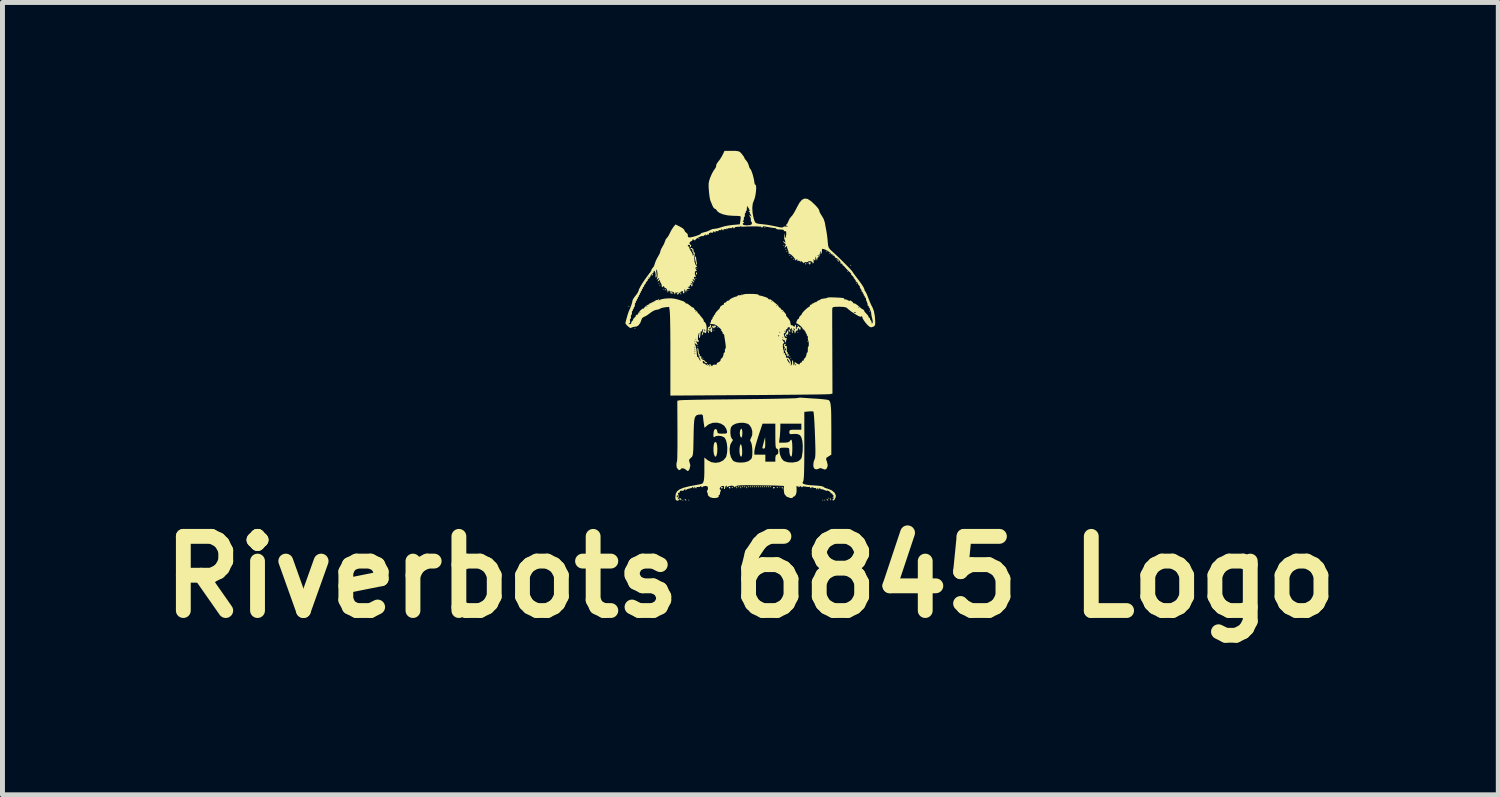
<source format=kicad_pcb>
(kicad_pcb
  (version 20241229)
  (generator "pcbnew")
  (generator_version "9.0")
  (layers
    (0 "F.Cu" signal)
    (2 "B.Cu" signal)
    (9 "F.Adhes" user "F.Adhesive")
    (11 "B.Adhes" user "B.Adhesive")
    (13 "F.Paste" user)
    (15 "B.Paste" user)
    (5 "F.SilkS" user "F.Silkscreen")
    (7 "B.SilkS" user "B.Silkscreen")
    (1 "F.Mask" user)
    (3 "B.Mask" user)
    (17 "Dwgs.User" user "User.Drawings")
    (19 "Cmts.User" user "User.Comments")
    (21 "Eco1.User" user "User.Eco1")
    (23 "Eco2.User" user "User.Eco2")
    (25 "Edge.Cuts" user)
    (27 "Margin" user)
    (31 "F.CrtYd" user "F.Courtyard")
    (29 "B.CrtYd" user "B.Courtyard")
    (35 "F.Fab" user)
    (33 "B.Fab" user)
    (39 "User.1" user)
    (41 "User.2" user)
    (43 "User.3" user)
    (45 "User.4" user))
  (footprint "Riverbots 6845 Logo"
    (layer "F.Cu")
    (at 12.121 3.536)
    (property "Reference" "Riverbots 6845 Logo" (at 0 5.08 0) (layer "F.SilkS") (effects (font (size 1.5 1.5) (thickness 0.3))))
    (attr board_only exclude_from_pos_files exclude_from_bom)
    (fp_poly (pts (xy 0.772 0.075) (xy 0.77 0.078) (xy 0.771 0.071)) (stroke (width 0) (type solid)) (fill yes) (layer "F.SilkS"))
    (fp_poly (pts (xy -2.445 -0.394) (xy -2.455 -0.384) (xy -2.465 -0.394) (xy -2.455 -0.404)) (stroke (width 0) (type solid)) (fill yes) (layer "F.SilkS"))
    (fp_poly (pts (xy -2.324 0.051) (xy -2.334 0.061) (xy -2.344 0.051) (xy -2.334 0.04)) (stroke (width 0) (type solid)) (fill yes) (layer "F.SilkS"))
    (fp_poly (pts (xy -1.839 -0.859) (xy -1.849 -0.849) (xy -1.859 -0.859) (xy -1.849 -0.869)) (stroke (width 0) (type solid)) (fill yes) (layer "F.SilkS"))
    (fp_poly (pts (xy -1.819 -0.818) (xy -1.829 -0.808) (xy -1.839 -0.818) (xy -1.829 -0.828)) (stroke (width 0) (type solid)) (fill yes) (layer "F.SilkS"))
    (fp_poly (pts (xy -1.738 -0.738) (xy -1.748 -0.727) (xy -1.758 -0.738) (xy -1.748 -0.748)) (stroke (width 0) (type solid)) (fill yes) (layer "F.SilkS"))
    (fp_poly (pts (xy -1.354 3.526) (xy -1.364 3.536) (xy -1.374 3.526) (xy -1.364 3.516)) (stroke (width 0) (type solid)) (fill yes) (layer "F.SilkS"))
    (fp_poly (pts (xy -1.253 -0.717) (xy -1.263 -0.707) (xy -1.273 -0.717) (xy -1.263 -0.727)) (stroke (width 0) (type solid)) (fill yes) (layer "F.SilkS"))
    (fp_poly (pts (xy -1.233 3.526) (xy -1.243 3.536) (xy -1.253 3.526) (xy -1.243 3.516)) (stroke (width 0) (type solid)) (fill yes) (layer "F.SilkS"))
    (fp_poly (pts (xy -1.091 -0.96) (xy -1.101 -0.95) (xy -1.111 -0.96) (xy -1.101 -0.97)) (stroke (width 0) (type solid)) (fill yes) (layer "F.SilkS"))
    (fp_poly (pts (xy -1.071 -1.162) (xy -1.081 -1.152) (xy -1.091 -1.162) (xy -1.081 -1.172)) (stroke (width 0) (type solid)) (fill yes) (layer "F.SilkS"))
    (fp_poly (pts (xy -1.051 0.414) (xy -1.061 0.424) (xy -1.071 0.414) (xy -1.061 0.404)) (stroke (width 0) (type solid)) (fill yes) (layer "F.SilkS"))
    (fp_poly (pts (xy -1.031 -1.768) (xy -1.041 -1.758) (xy -1.051 -1.768) (xy -1.041 -1.778)) (stroke (width 0) (type solid)) (fill yes) (layer "F.SilkS"))
    (fp_poly (pts (xy -0.95 0.657) (xy -0.96 0.667) (xy -0.97 0.657) (xy -0.96 0.647)) (stroke (width 0) (type solid)) (fill yes) (layer "F.SilkS"))
    (fp_poly (pts (xy -0.727 0.091) (xy -0.738 0.101) (xy -0.748 0.091) (xy -0.738 0.081)) (stroke (width 0) (type solid)) (fill yes) (layer "F.SilkS"))
    (fp_poly (pts (xy -0.647 0.03) (xy -0.657 0.04) (xy -0.667 0.03) (xy -0.657 0.02)) (stroke (width 0) (type solid)) (fill yes) (layer "F.SilkS"))
    (fp_poly (pts (xy -0.162 -0.637) (xy -0.172 -0.626) (xy -0.182 -0.637) (xy -0.172 -0.647)) (stroke (width 0) (type solid)) (fill yes) (layer "F.SilkS"))
    (fp_poly (pts (xy 0.303 -1.99) (xy 0.293 -1.98) (xy 0.283 -1.99) (xy 0.293 -2)) (stroke (width 0) (type solid)) (fill yes) (layer "F.SilkS"))
    (fp_poly (pts (xy 0.606 3.263) (xy 0.596 3.274) (xy 0.586 3.263) (xy 0.596 3.253)) (stroke (width 0) (type solid)) (fill yes) (layer "F.SilkS"))
    (fp_poly (pts (xy 0.687 -1.627) (xy 0.677 -1.617) (xy 0.667 -1.627) (xy 0.677 -1.637)) (stroke (width 0) (type solid)) (fill yes) (layer "F.SilkS"))
    (fp_poly (pts (xy 0.727 -1.546) (xy 0.717 -1.536) (xy 0.707 -1.546) (xy 0.717 -1.556)) (stroke (width 0) (type solid)) (fill yes) (layer "F.SilkS"))
    (fp_poly (pts (xy 0.748 -1.505) (xy 0.738 -1.495) (xy 0.727 -1.505) (xy 0.738 -1.516)) (stroke (width 0) (type solid)) (fill yes) (layer "F.SilkS"))
    (fp_poly (pts (xy 0.808 -1.425) (xy 0.798 -1.414) (xy 0.788 -1.425) (xy 0.798 -1.435)) (stroke (width 0) (type solid)) (fill yes) (layer "F.SilkS"))
    (fp_poly (pts (xy 0.808 0.172) (xy 0.798 0.182) (xy 0.788 0.172) (xy 0.798 0.162)) (stroke (width 0) (type solid)) (fill yes) (layer "F.SilkS"))
    (fp_poly (pts (xy 0.808 0.616) (xy 0.798 0.626) (xy 0.788 0.616) (xy 0.798 0.606)) (stroke (width 0) (type solid)) (fill yes) (layer "F.SilkS"))
    (fp_poly (pts (xy 0.828 0.657) (xy 0.818 0.667) (xy 0.808 0.657) (xy 0.818 0.647)) (stroke (width 0) (type solid)) (fill yes) (layer "F.SilkS"))
    (fp_poly (pts (xy 0.849 -1.384) (xy 0.839 -1.374) (xy 0.828 -1.384) (xy 0.839 -1.394)) (stroke (width 0) (type solid)) (fill yes) (layer "F.SilkS"))
    (fp_poly (pts (xy 0.889 -1.344) (xy 0.879 -1.334) (xy 0.869 -1.344) (xy 0.879 -1.354)) (stroke (width 0) (type solid)) (fill yes) (layer "F.SilkS"))
    (fp_poly (pts (xy 0.97 0.131) (xy 0.96 0.141) (xy 0.95 0.131) (xy 0.96 0.121)) (stroke (width 0) (type solid)) (fill yes) (layer "F.SilkS"))
    (fp_poly (pts (xy 1.172 0.313) (xy 1.162 0.323) (xy 1.152 0.313) (xy 1.162 0.303)) (stroke (width 0) (type solid)) (fill yes) (layer "F.SilkS"))
    (fp_poly (pts (xy 1.475 3.526) (xy 1.465 3.536) (xy 1.455 3.526) (xy 1.465 3.516)) (stroke (width 0) (type solid)) (fill yes) (layer "F.SilkS"))
    (fp_poly (pts (xy 1.516 3.526) (xy 1.505 3.536) (xy 1.495 3.526) (xy 1.505 3.516)) (stroke (width 0) (type solid)) (fill yes) (layer "F.SilkS"))
    (fp_poly (pts (xy 1.556 -1.505) (xy 1.546 -1.495) (xy 1.536 -1.505) (xy 1.546 -1.516)) (stroke (width 0) (type solid)) (fill yes) (layer "F.SilkS"))
    (fp_poly (pts (xy 1.596 3.486) (xy 1.586 3.496) (xy 1.576 3.486) (xy 1.586 3.476)) (stroke (width 0) (type solid)) (fill yes) (layer "F.SilkS"))
    (fp_poly (pts (xy 1.617 -1.465) (xy 1.606 -1.455) (xy 1.596 -1.465) (xy 1.606 -1.475)) (stroke (width 0) (type solid)) (fill yes) (layer "F.SilkS"))
    (fp_poly (pts (xy 1.98 -1.101) (xy 1.97 -1.091) (xy 1.96 -1.101) (xy 1.97 -1.111)) (stroke (width 0) (type solid)) (fill yes) (layer "F.SilkS"))
    (fp_poly (pts (xy 2.041 -1.223) (xy 2.031 -1.212) (xy 2.021 -1.223) (xy 2.031 -1.233)) (stroke (width 0) (type solid)) (fill yes) (layer "F.SilkS"))
    (fp_poly (pts (xy 2.162 -0.859) (xy 2.152 -0.849) (xy 2.142 -0.859) (xy 2.152 -0.869)) (stroke (width 0) (type solid)) (fill yes) (layer "F.SilkS"))
    (fp_poly (pts (xy 2.425 -0.293) (xy 2.415 -0.283) (xy 2.405 -0.293) (xy 2.415 -0.303)) (stroke (width 0) (type solid)) (fill yes) (layer "F.SilkS"))
    (fp_poly (pts (xy -1.704 -0.741) (xy -1.702 -0.717) (xy -1.704 -0.714) (xy -1.716 -0.717) (xy -1.718 -0.727) (xy -1.71 -0.744)) (stroke (width 0) (type solid)) (fill yes) (layer "F.SilkS"))
    (fp_poly (pts (xy -1.401 -0.671) (xy -1.398 -0.639) (xy -1.402 -0.632) (xy -1.411 -0.638) (xy -1.413 -0.658) (xy -1.408 -0.68)) (stroke (width 0) (type solid)) (fill yes) (layer "F.SilkS"))
    (fp_poly (pts (xy -0.855 0.775) (xy -0.858 0.787) (xy -0.869 0.788) (xy -0.886 0.781) (xy -0.882 0.775) (xy -0.858 0.772)) (stroke (width 0) (type solid)) (fill yes) (layer "F.SilkS"))
    (fp_poly (pts (xy -0.35 3.26) (xy -0.353 3.272) (xy -0.364 3.274) (xy -0.38 3.266) (xy -0.377 3.26) (xy -0.353 3.258)) (stroke (width 0) (type solid)) (fill yes) (layer "F.SilkS"))
    (fp_poly (pts (xy -0.269 3.25) (xy -0.267 3.281) (xy -0.271 3.288) (xy -0.28 3.282) (xy -0.281 3.262) (xy -0.276 3.24)) (stroke (width 0) (type solid)) (fill yes) (layer "F.SilkS"))
    (fp_poly (pts (xy -0.229 3.24) (xy -0.227 3.264) (xy -0.229 3.267) (xy -0.241 3.264) (xy -0.242 3.253) (xy -0.235 3.237)) (stroke (width 0) (type solid)) (fill yes) (layer "F.SilkS"))
    (fp_poly (pts (xy -0.188 3.25) (xy -0.186 3.281) (xy -0.19 3.288) (xy -0.199 3.282) (xy -0.2 3.262) (xy -0.196 3.24)) (stroke (width 0) (type solid)) (fill yes) (layer "F.SilkS"))
    (fp_poly (pts (xy -0.148 3.24) (xy -0.146 3.264) (xy -0.148 3.267) (xy -0.16 3.264) (xy -0.162 3.253) (xy -0.154 3.237)) (stroke (width 0) (type solid)) (fill yes) (layer "F.SilkS"))
    (fp_poly (pts (xy -0.108 3.24) (xy -0.105 3.264) (xy -0.108 3.267) (xy -0.12 3.264) (xy -0.121 3.253) (xy -0.114 3.237)) (stroke (width 0) (type solid)) (fill yes) (layer "F.SilkS"))
    (fp_poly (pts (xy -0.067 3.25) (xy -0.065 3.281) (xy -0.069 3.288) (xy -0.078 3.282) (xy -0.079 3.262) (xy -0.074 3.24)) (stroke (width 0) (type solid)) (fill yes) (layer "F.SilkS"))
    (fp_poly (pts (xy -0.027 3.24) (xy -0.025 3.264) (xy -0.027 3.267) (xy -0.039 3.264) (xy -0.04 3.253) (xy -0.033 3.237)) (stroke (width 0) (type solid)) (fill yes) (layer "F.SilkS"))
    (fp_poly (pts (xy 0.013 3.24) (xy 0.016 3.264) (xy 0.013 3.267) (xy 0.001 3.264) (xy 0 3.253) (xy 0.007 3.237)) (stroke (width 0) (type solid)) (fill yes) (layer "F.SilkS"))
    (fp_poly (pts (xy 0.054 3.24) (xy 0.056 3.264) (xy 0.054 3.267) (xy 0.042 3.264) (xy 0.04 3.253) (xy 0.048 3.237)) (stroke (width 0) (type solid)) (fill yes) (layer "F.SilkS"))
    (fp_poly (pts (xy 0.094 3.24) (xy 0.097 3.264) (xy 0.094 3.267) (xy 0.082 3.264) (xy 0.081 3.253) (xy 0.088 3.237)) (stroke (width 0) (type solid)) (fill yes) (layer "F.SilkS"))
    (fp_poly (pts (xy 0.135 3.24) (xy 0.137 3.264) (xy 0.135 3.267) (xy 0.123 3.264) (xy 0.121 3.253) (xy 0.129 3.237)) (stroke (width 0) (type solid)) (fill yes) (layer "F.SilkS"))
    (fp_poly (pts (xy 0.175 3.24) (xy 0.178 3.264) (xy 0.175 3.267) (xy 0.163 3.264) (xy 0.162 3.253) (xy 0.169 3.237)) (stroke (width 0) (type solid)) (fill yes) (layer "F.SilkS"))
    (fp_poly (pts (xy 0.216 3.24) (xy 0.218 3.264) (xy 0.216 3.267) (xy 0.204 3.264) (xy 0.202 3.253) (xy 0.209 3.237)) (stroke (width 0) (type solid)) (fill yes) (layer "F.SilkS"))
    (fp_poly (pts (xy 0.256 3.24) (xy 0.258 3.264) (xy 0.256 3.267) (xy 0.244 3.264) (xy 0.242 3.253) (xy 0.25 3.237)) (stroke (width 0) (type solid)) (fill yes) (layer "F.SilkS"))
    (fp_poly (pts (xy 0.296 3.24) (xy 0.299 3.264) (xy 0.296 3.267) (xy 0.284 3.264) (xy 0.283 3.253) (xy 0.29 3.237)) (stroke (width 0) (type solid)) (fill yes) (layer "F.SilkS"))
    (fp_poly (pts (xy 0.337 3.24) (xy 0.339 3.264) (xy 0.337 3.267) (xy 0.325 3.264) (xy 0.323 3.253) (xy 0.331 3.237)) (stroke (width 0) (type solid)) (fill yes) (layer "F.SilkS"))
    (fp_poly (pts (xy 0.377 3.24) (xy 0.38 3.264) (xy 0.377 3.267) (xy 0.365 3.264) (xy 0.364 3.253) (xy 0.371 3.237)) (stroke (width 0) (type solid)) (fill yes) (layer "F.SilkS"))
    (fp_poly (pts (xy 0.418 3.24) (xy 0.42 3.264) (xy 0.418 3.267) (xy 0.406 3.264) (xy 0.404 3.253) (xy 0.412 3.237)) (stroke (width 0) (type solid)) (fill yes) (layer "F.SilkS"))
    (fp_poly (pts (xy 0.559 3.26) (xy 0.556 3.272) (xy 0.546 3.274) (xy 0.529 3.266) (xy 0.532 3.26) (xy 0.556 3.258)) (stroke (width 0) (type solid)) (fill yes) (layer "F.SilkS"))
    (fp_poly (pts (xy 1.125 -1.266) (xy 1.127 -1.242) (xy 1.125 -1.239) (xy 1.113 -1.242) (xy 1.111 -1.253) (xy 1.119 -1.269)) (stroke (width 0) (type solid)) (fill yes) (layer "F.SilkS"))
    (fp_poly (pts (xy 1.63 3.492) (xy 1.633 3.524) (xy 1.629 3.531) (xy 1.62 3.525) (xy 1.618 3.504) (xy 1.623 3.483)) (stroke (width 0) (type solid)) (fill yes) (layer "F.SilkS"))
    (fp_poly (pts (xy -1.586 -0.674) (xy -1.558 -0.659) (xy -1.57 -0.652) (xy -1.595 -0.652) (xy -1.623 -0.661) (xy -1.625 -0.67) (xy -1.601 -0.677)) (stroke (width 0) (type solid)) (fill yes) (layer "F.SilkS"))
    (fp_poly (pts (xy -1.317 3.504) (xy -1.295 3.523) (xy -1.293 3.527) (xy -1.303 3.536) (xy -1.323 3.517) (xy -1.325 3.513) (xy -1.328 3.499)) (stroke (width 0) (type solid)) (fill yes) (layer "F.SilkS"))
    (fp_poly (pts (xy -1.08 -1.073) (xy -1.078 -1.06) (xy -1.082 -1.033) (xy -1.097 -1.044) (xy -1.1 -1.049) (xy -1.099 -1.075) (xy -1.095 -1.079)) (stroke (width 0) (type solid)) (fill yes) (layer "F.SilkS"))
    (fp_poly (pts (xy 0.643 3.261) (xy 0.665 3.282) (xy 0.661 3.294) (xy 0.658 3.294) (xy 0.641 3.279) (xy 0.635 3.27) (xy 0.632 3.257)) (stroke (width 0) (type solid)) (fill yes) (layer "F.SilkS"))
    (fp_poly (pts (xy 1.553 3.504) (xy 1.574 3.524) (xy 1.57 3.536) (xy 1.567 3.536) (xy 1.55 3.522) (xy 1.544 3.513) (xy 1.542 3.499)) (stroke (width 0) (type solid)) (fill yes) (layer "F.SilkS"))
    (fp_poly (pts (xy -1.966 -1.038) (xy -1.97 -1.031) (xy -1.989 -1.011) (xy -1.993 -1.01) (xy -1.994 -1.023) (xy -1.99 -1.031) (xy -1.971 -1.05) (xy -1.968 -1.051)) (stroke (width 0) (type solid)) (fill yes) (layer "F.SilkS"))
    (fp_poly (pts (xy -0.556 3.269) (xy -0.558 3.277) (xy -0.574 3.293) (xy -0.576 3.294) (xy -0.592 3.28) (xy -0.594 3.277) (xy -0.588 3.262) (xy -0.576 3.26)) (stroke (width 0) (type solid)) (fill yes) (layer "F.SilkS"))
    (fp_poly (pts (xy -0.405 3.268) (xy -0.404 3.274) (xy -0.411 3.293) (xy -0.413 3.294) (xy -0.43 3.28) (xy -0.434 3.274) (xy -0.433 3.255) (xy -0.426 3.253)) (stroke (width 0) (type solid)) (fill yes) (layer "F.SilkS"))
    (fp_poly (pts (xy 0.495 3.269) (xy 0.493 3.277) (xy 0.476 3.293) (xy 0.475 3.294) (xy 0.459 3.28) (xy 0.457 3.277) (xy 0.463 3.262) (xy 0.475 3.26)) (stroke (width 0) (type solid)) (fill yes) (layer "F.SilkS"))
    (fp_poly (pts (xy 0.796 0.076) (xy 0.807 0.111) (xy 0.807 0.117) (xy 0.803 0.137) (xy 0.792 0.12) (xy 0.788 0.111) (xy 0.772 0.075) (xy 0.772 0.075)) (stroke (width 0) (type solid)) (fill yes) (layer "F.SilkS"))
    (fp_poly (pts (xy 1.748 -1.348) (xy 1.763 -1.336) (xy 1.794 -1.307) (xy 1.794 -1.294) (xy 1.791 -1.293) (xy 1.774 -1.307) (xy 1.755 -1.329) (xy 1.738 -1.353)) (stroke (width 0) (type solid)) (fill yes) (layer "F.SilkS"))
    (fp_poly (pts (xy -0.169 2.099) (xy -0.162 2.145) (xy -0.162 2.172) (xy -0.166 2.231) (xy -0.179 2.26) (xy -0.194 2.255) (xy -0.209 2.218) (xy -0.214 2.168) (xy -0.207 2.119) (xy -0.191 2.087) (xy -0.18 2.081)) (stroke (width 0) (type solid)) (fill yes) (layer "F.SilkS"))
    (fp_poly (pts (xy 0.301 2.369) (xy 0.3 2.438) (xy 0.292 2.474) (xy 0.275 2.485) (xy 0.273 2.485) (xy 0.246 2.477) (xy 0.243 2.47) (xy 0.248 2.444) (xy 0.261 2.392) (xy 0.271 2.354) (xy 0.299 2.253)) (stroke (width 0) (type solid)) (fill yes) (layer "F.SilkS"))
    (fp_poly (pts (xy 1.213 -1.282) (xy 1.22 -1.264) (xy 1.219 -1.261) (xy 1.203 -1.235) (xy 1.193 -1.243) (xy 1.192 -1.254) (xy 1.179 -1.265) (xy 1.167 -1.261) (xy 1.153 -1.257) (xy 1.157 -1.264) (xy 1.187 -1.283)) (stroke (width 0) (type solid)) (fill yes) (layer "F.SilkS"))
    (fp_poly (pts (xy -1.102 -1.393) (xy -1.097 -1.368) (xy -1.09 -1.31) (xy -1.084 -1.278) (xy -1.079 -1.243) (xy -1.082 -1.233) (xy -1.093 -1.238) (xy -1.1 -1.265) (xy -1.111 -1.314) (xy -1.119 -1.348) (xy -1.121 -1.387) (xy -1.114 -1.403)) (stroke (width 0) (type solid)) (fill yes) (layer "F.SilkS"))
    (fp_poly (pts (xy -0.181 2.413) (xy -0.171 2.461) (xy -0.166 2.521) (xy -0.166 2.591) (xy -0.174 2.635) (xy -0.187 2.65) (xy -0.203 2.631) (xy -0.213 2.6) (xy -0.22 2.547) (xy -0.219 2.487) (xy -0.212 2.433) (xy -0.2 2.4) (xy -0.192 2.395)) (stroke (width 0) (type solid)) (fill yes) (layer "F.SilkS"))
    (fp_poly (pts (xy -0.685 2.367) (xy -0.672 2.416) (xy -0.667 2.489) (xy -0.671 2.566) (xy -0.683 2.62) (xy -0.699 2.647) (xy -0.717 2.643) (xy -0.734 2.603) (xy -0.735 2.602) (xy -0.745 2.538) (xy -0.746 2.465) (xy -0.739 2.401) (xy -0.727 2.364) (xy -0.705 2.348)) (stroke (width 0) (type solid)) (fill yes) (layer "F.SilkS"))
    (fp_poly (pts (xy 0.767 0.111) (xy 0.765 0.152) (xy 0.765 0.167) (xy 0.754 0.18) (xy 0.753 0.179) (xy 0.718 0.18) (xy 0.716 0.193) (xy 0.727 0.202) (xy 0.743 0.218) (xy 0.734 0.222) (xy 0.702 0.209) (xy 0.698 0.203) (xy 0.701 0.178) (xy 0.708 0.171) (xy 0.731 0.143) (xy 0.749 0.108) (xy 0.77 0.078)) (stroke (width 0) (type solid)) (fill yes) (layer "F.SilkS"))
    (fp_poly (pts (xy 0.721 0.372) (xy 0.707 0.384) (xy 0.693 0.402) (xy 0.714 0.408) (xy 0.73 0.407) (xy 0.737 0.424) (xy 0.737 0.466) (xy 0.736 0.476) (xy 0.736 0.52) (xy 0.746 0.536) (xy 0.748 0.535) (xy 0.758 0.54) (xy 0.754 0.558) (xy 0.751 0.582) (xy 0.764 0.578) (xy 0.779 0.577) (xy 0.776 0.595) (xy 0.764 0.622) (xy 0.761 0.626) (xy 0.75 0.61) (xy 0.727 0.57) (xy 0.714 0.546) (xy 0.689 0.489) (xy 0.689 0.48) (xy 0.695 0.48) (xy 0.698 0.486) (xy 0.715 0.504) (xy 0.721 0.483) (xy 0.721 0.476) (xy 0.712 0.455) (xy 0.704 0.457) (xy 0.695 0.48) (xy 0.689 0.48) (xy 0.687 0.456) (xy 0.691 0.452) (xy 0.698 0.434) (xy 0.687 0.424) (xy 0.673 0.399) (xy 0.687 0.373) (xy 0.713 0.364)) (stroke (width 0) (type solid)) (fill yes) (layer "F.SilkS"))
    (fp_poly (pts (xy -0.793 -0.005) (xy -0.796 0.012) (xy -0.807 0.045) (xy -0.808 0.053) (xy -0.822 0.054) (xy -0.832 0.049) (xy -0.845 0.046) (xy -0.841 0.057) (xy -0.823 0.078) (xy -0.807 0.07) (xy -0.782 0.031) (xy -0.779 0.025) (xy -0.759 -0.004) (xy -0.748 -0.003) (xy -0.748 0) (xy -0.743 0.019) (xy -0.73 0.003) (xy -0.713 -0.012) (xy -0.7 0.009) (xy -0.698 0.032) (xy -0.707 0.03) (xy -0.726 0.034) (xy -0.728 0.044) (xy -0.733 0.058) (xy -0.748 0.04) (xy -0.763 0.024) (xy -0.771 0.037) (xy -0.773 0.085) (xy -0.773 0.107) (xy -0.775 0.131) (xy -0.789 0.128) (xy -0.814 0.107) (xy -0.834 0.091) (xy -0.808 0.091) (xy -0.798 0.101) (xy -0.788 0.091) (xy -0.798 0.081) (xy -0.808 0.091) (xy -0.834 0.091) (xy -0.843 0.084) (xy -0.849 0.087) (xy -0.843 0.105) (xy -0.839 0.139) (xy -0.845 0.149) (xy -0.856 0.138) (xy -0.862 0.099) (xy -0.862 0.09) (xy -0.857 0.038) (xy -0.836 0.02) (xy -0.835 0.02) (xy -0.816 0.01) (xy -0.818 0) (xy -0.816 -0.019) (xy -0.807 -0.02)) (stroke (width 0) (type solid)) (fill yes) (layer "F.SilkS"))
    (fp_poly (pts (xy 1.047 1.456) (xy 1.106 1.46) (xy 1.188 1.466) (xy 1.286 1.472) (xy 1.293 1.472) (xy 1.393 1.479) (xy 1.479 1.487) (xy 1.544 1.495) (xy 1.578 1.502) (xy 1.579 1.503) (xy 1.596 1.515) (xy 1.609 1.536) (xy 1.619 1.57) (xy 1.626 1.623) (xy 1.632 1.698) (xy 1.635 1.8) (xy 1.636 1.932) (xy 1.637 2.101) (xy 1.637 2.125) (xy 1.637 2.607) (xy 1.578 2.643) (xy 1.54 2.669) (xy 1.53 2.695) (xy 1.544 2.737) (xy 1.547 2.744) (xy 1.564 2.816) (xy 1.556 2.86) (xy 1.532 2.9) (xy 1.497 2.907) (xy 1.452 2.888) (xy 1.409 2.877) (xy 1.384 2.89) (xy 1.343 2.903) (xy 1.314 2.9) (xy 1.285 2.88) (xy 1.274 2.838) (xy 1.273 2.811) (xy 1.28 2.752) (xy 1.296 2.705) (xy 1.298 2.701) (xy 1.307 2.681) (xy 1.312 2.642) (xy 1.315 2.581) (xy 1.315 2.494) (xy 1.312 2.376) (xy 1.307 2.222) (xy 1.306 2.207) (xy 1.301 2.075) (xy 1.295 1.957) (xy 1.289 1.858) (xy 1.283 1.785) (xy 1.278 1.743) (xy 1.276 1.736) (xy 1.25 1.73) (xy 1.199 1.731) (xy 1.177 1.733) (xy 1.091 1.742) (xy 1.091 2.433) (xy 1.091 2.634) (xy 1.089 2.798) (xy 1.087 2.926) (xy 1.084 3.023) (xy 1.079 3.091) (xy 1.074 3.131) (xy 1.067 3.148) (xy 1.053 3.176) (xy 1.073 3.198) (xy 1.131 3.214) (xy 1.226 3.225) (xy 1.282 3.228) (xy 1.365 3.234) (xy 1.43 3.242) (xy 1.468 3.251) (xy 1.475 3.256) (xy 1.493 3.27) (xy 1.538 3.288) (xy 1.567 3.296) (xy 1.644 3.327) (xy 1.7 3.373) (xy 1.727 3.426) (xy 1.726 3.464) (xy 1.704 3.513) (xy 1.678 3.534) (xy 1.663 3.529) (xy 1.664 3.507) (xy 1.678 3.495) (xy 1.697 3.48) (xy 1.681 3.476) (xy 1.677 3.476) (xy 1.657 3.472) (xy 1.672 3.459) (xy 1.677 3.455) (xy 1.694 3.439) (xy 1.682 3.435) (xy 1.662 3.42) (xy 1.662 3.41) (xy 1.652 3.39) (xy 1.64 3.39) (xy 1.622 3.386) (xy 1.623 3.38) (xy 1.615 3.361) (xy 1.584 3.341) (xy 1.553 3.33) (xy 1.546 3.335) (xy 1.539 3.339) (xy 1.506 3.326) (xy 1.502 3.324) (xy 1.459 3.307) (xy 1.431 3.306) (xy 1.416 3.3) (xy 1.414 3.29) (xy 1.409 3.277) (xy 1.394 3.294) (xy 1.378 3.314) (xy 1.374 3.299) (xy 1.374 3.294) (xy 1.371 3.274) (xy 1.357 3.289) (xy 1.354 3.294) (xy 1.338 3.313) (xy 1.334 3.296) (xy 1.334 3.295) (xy 1.327 3.277) (xy 1.321 3.28) (xy 1.295 3.282) (xy 1.27 3.272) (xy 1.24 3.262) (xy 1.232 3.278) (xy 1.226 3.29) (xy 1.212 3.274) (xy 1.196 3.254) (xy 1.193 3.256) (xy 1.175 3.261) (xy 1.132 3.256) (xy 1.121 3.253) (xy 1.07 3.247) (xy 1.051 3.258) (xy 1.05 3.26) (xy 1.043 3.269) (xy 1.033 3.256) (xy 1.013 3.24) (xy 1.001 3.252) (xy 0.981 3.265) (xy 0.956 3.251) (xy 0.944 3.243) (xy 0.97 3.243) (xy 0.98 3.253) (xy 0.99 3.243) (xy 0.98 3.233) (xy 0.97 3.243) (xy 0.944 3.243) (xy 0.937 3.239) (xy 0.931 3.255) (xy 0.935 3.295) (xy 0.934 3.363) (xy 0.918 3.419) (xy 0.89 3.452) (xy 0.875 3.455) (xy 0.856 3.465) (xy 0.858 3.474) (xy 0.849 3.484) (xy 0.811 3.483) (xy 0.804 3.482) (xy 0.731 3.454) (xy 0.687 3.4) (xy 0.675 3.32) (xy 0.675 3.316) (xy 0.679 3.239) (xy 0.557 3.233) (xy 0.496 3.231) (xy 0.403 3.229) (xy 0.29 3.227) (xy 0.165 3.225) (xy 0.074 3.225) (xy -0.058 3.224) (xy -0.155 3.225) (xy -0.223 3.228) (xy -0.267 3.234) (xy -0.292 3.242) (xy -0.304 3.253) (xy -0.304 3.253) (xy -0.319 3.269) (xy -0.323 3.258) (xy -0.341 3.24) (xy -0.38 3.233) (xy -0.432 3.242) (xy -0.464 3.258) (xy -0.482 3.274) (xy -0.477 3.259) (xy -0.477 3.258) (xy -0.475 3.236) (xy -0.484 3.233) (xy -0.503 3.249) (xy -0.505 3.262) (xy -0.516 3.296) (xy -0.523 3.303) (xy -0.534 3.296) (xy -0.531 3.273) (xy -0.53 3.244) (xy -0.556 3.238) (xy -0.567 3.24) (xy -0.598 3.255) (xy -0.618 3.281) (xy -0.62 3.305) (xy -0.604 3.314) (xy -0.596 3.328) (xy -0.605 3.352) (xy -0.616 3.387) (xy -0.612 3.402) (xy -0.615 3.414) (xy -0.624 3.415) (xy -0.641 3.424) (xy -0.64 3.43) (xy -0.639 3.457) (xy -0.667 3.476) (xy -0.712 3.484) (xy -0.765 3.482) (xy -0.813 3.467) (xy -0.836 3.45) (xy -0.859 3.424) (xy -0.86 3.415) (xy -0.858 3.4) (xy -0.869 3.375) (xy -0.879 3.343) (xy -0.874 3.334) (xy -0.861 3.317) (xy -0.857 3.286) (xy -0.864 3.251) (xy -0.894 3.24) (xy -0.913 3.24) (xy -0.954 3.248) (xy -0.97 3.263) (xy -0.979 3.267) (xy -0.99 3.253) (xy -1.006 3.238) (xy -1.01 3.246) (xy -1.026 3.261) (xy -1.051 3.259) (xy -1.085 3.261) (xy -1.091 3.276) (xy -1.096 3.292) (xy -1.111 3.274) (xy -1.127 3.253) (xy -1.131 3.268) (xy -1.132 3.274) (xy -1.135 3.294) (xy -1.149 3.279) (xy -1.152 3.274) (xy -1.168 3.258) (xy -1.172 3.264) (xy -1.189 3.281) (xy -1.226 3.289) (xy -1.273 3.301) (xy -1.297 3.319) (xy -1.31 3.332) (xy -1.313 3.314) (xy -1.318 3.295) (xy -1.331 3.311) (xy -1.353 3.334) (xy -1.361 3.336) (xy -1.409 3.335) (xy -1.427 3.347) (xy -1.425 3.354) (xy -1.429 3.372) (xy -1.444 3.375) (xy -1.466 3.383) (xy -1.457 3.41) (xy -1.451 3.463) (xy -1.46 3.486) (xy -1.473 3.513) (xy -1.462 3.51) (xy -1.452 3.501) (xy -1.416 3.487) (xy -1.396 3.508) (xy -1.395 3.524) (xy -1.403 3.529) (xy -1.414 3.516) (xy -1.431 3.5) (xy -1.434 3.511) (xy -1.452 3.531) (xy -1.475 3.536) (xy -1.502 3.529) (xy -1.514 3.501) (xy -1.516 3.459) (xy -1.514 3.446) (xy -1.489 3.446) (xy -1.484 3.474) (xy -1.47 3.462) (xy -1.466 3.457) (xy -1.467 3.431) (xy -1.471 3.427) (xy -1.486 3.433) (xy -1.489 3.446) (xy -1.514 3.446) (xy -1.508 3.397) (xy -1.482 3.348) (xy -1.432 3.309) (xy -1.355 3.277) (xy -1.245 3.248) (xy -1.152 3.23) (xy -1.081 3.217) (xy -1.022 3.206) (xy -0.998 3.201) (xy -0.971 3.191) (xy -0.953 3.168) (xy -0.94 3.125) (xy -0.933 3.058) (xy -0.93 2.96) (xy -0.93 2.883) (xy -0.93 2.664) (xy -0.867 2.716) (xy -0.791 2.758) (xy -0.705 2.772) (xy -0.621 2.759) (xy -0.547 2.721) (xy -0.495 2.661) (xy -0.484 2.634) (xy -0.469 2.557) (xy -0.467 2.487) (xy -0.419 2.487) (xy -0.415 2.576) (xy -0.393 2.658) (xy -0.356 2.721) (xy -0.337 2.738) (xy -0.281 2.759) (xy -0.204 2.767) (xy -0.121 2.762) (xy -0.051 2.743) (xy -0.042 2.739) (xy 0.003 2.708) (xy 0.028 2.677) (xy 0.038 2.625) (xy 0.039 2.607) (xy 0.081 2.607) (xy 0.192 2.607) (xy 0.303 2.607) (xy 0.303 2.677) (xy 0.303 2.748) (xy 0.404 2.748) (xy 0.505 2.748) (xy 0.505 2.677) (xy 0.512 2.625) (xy 0.533 2.607) (xy 0.535 2.607) (xy 0.56 2.589) (xy 0.566 2.546) (xy 0.557 2.498) (xy 0.535 2.485) (xy 0.523 2.479) (xy 0.514 2.458) (xy 0.509 2.414) (xy 0.507 2.364) (xy 0.58 2.364) (xy 0.682 2.364) (xy 0.752 2.359) (xy 0.789 2.344) (xy 0.795 2.334) (xy 0.817 2.307) (xy 0.828 2.304) (xy 0.838 2.323) (xy 0.846 2.377) (xy 0.849 2.459) (xy 0.849 2.475) (xy 0.847 2.553) (xy 0.841 2.612) (xy 0.834 2.644) (xy 0.831 2.647) (xy 0.807 2.629) (xy 0.792 2.579) (xy 0.788 2.524) (xy 0.786 2.489) (xy 0.772 2.472) (xy 0.736 2.466) (xy 0.687 2.465) (xy 0.627 2.467) (xy 0.597 2.476) (xy 0.587 2.496) (xy 0.586 2.511) (xy 0.598 2.6) (xy 0.628 2.677) (xy 0.672 2.73) (xy 0.683 2.737) (xy 0.76 2.761) (xy 0.852 2.766) (xy 0.939 2.751) (xy 0.971 2.738) (xy 1.015 2.703) (xy 1.039 2.663) (xy 1.039 2.662) (xy 1.057 2.54) (xy 1.06 2.425) (xy 1.051 2.326) (xy 1.029 2.25) (xy 0.998 2.208) (xy 0.942 2.188) (xy 0.874 2.188) (xy 0.82 2.192) (xy 0.795 2.185) (xy 0.788 2.161) (xy 0.788 2.15) (xy 0.791 2.123) (xy 0.806 2.109) (xy 0.843 2.103) (xy 0.909 2.102) (xy 1.031 2.102) (xy 1.031 2.041) (xy 1.031 1.98) (xy 0.818 1.98) (xy 0.606 1.98) (xy 0.606 2.066) (xy 0.603 2.14) (xy 0.597 2.225) (xy 0.593 2.258) (xy 0.58 2.364) (xy 0.507 2.364) (xy 0.506 2.341) (xy 0.505 2.235) (xy 0.505 2.233) (xy 0.505 1.98) (xy 0.376 1.98) (xy 0.246 1.98) (xy 0.163 2.228) (xy 0.132 2.328) (xy 0.106 2.419) (xy 0.088 2.493) (xy 0.081 2.539) (xy 0.081 2.541) (xy 0.081 2.607) (xy 0.039 2.607) (xy 0.041 2.553) (xy 0.038 2.474) (xy 0.029 2.404) (xy 0.015 2.358) (xy 0.012 2.353) (xy -0.006 2.316) (xy 0.005 2.284) (xy 0.012 2.274) (xy 0.038 2.209) (xy 0.039 2.132) (xy 0.017 2.059) (xy -0.025 2.001) (xy -0.054 1.982) (xy -0.127 1.963) (xy -0.21 1.962) (xy -0.289 1.978) (xy -0.353 2.008) (xy -0.391 2.05) (xy -0.392 2.052) (xy -0.403 2.108) (xy -0.404 2.176) (xy -0.395 2.238) (xy -0.377 2.28) (xy -0.373 2.284) (xy -0.353 2.307) (xy -0.363 2.332) (xy -0.373 2.343) (xy -0.406 2.405) (xy -0.419 2.487) (xy -0.467 2.487) (xy -0.466 2.468) (xy -0.475 2.381) (xy -0.495 2.308) (xy -0.523 2.261) (xy -0.526 2.259) (xy -0.579 2.233) (xy -0.644 2.224) (xy -0.701 2.233) (xy -0.723 2.247) (xy -0.74 2.255) (xy -0.747 2.231) (xy -0.747 2.202) (xy -0.742 2.146) (xy -0.73 2.105) (xy -0.729 2.104) (xy -0.704 2.087) (xy -0.679 2.101) (xy -0.667 2.14) (xy -0.667 2.143) (xy -0.661 2.167) (xy -0.638 2.178) (xy -0.586 2.182) (xy -0.566 2.182) (xy -0.502 2.18) (xy -0.473 2.169) (xy -0.47 2.139) (xy -0.487 2.084) (xy -0.528 2.022) (xy -0.595 1.979) (xy -0.677 1.959) (xy -0.762 1.963) (xy -0.841 1.993) (xy -0.866 2.011) (xy -0.927 2.063) (xy -0.938 1.996) (xy -0.948 1.926) (xy -0.955 1.859) (xy -0.961 1.812) (xy -0.979 1.794) (xy -1.02 1.795) (xy -1.02 1.795) (xy -1.06 1.8) (xy -1.09 1.812) (xy -1.111 1.834) (xy -1.127 1.872) (xy -1.136 1.931) (xy -1.142 2.017) (xy -1.146 2.134) (xy -1.148 2.247) (xy -1.151 2.381) (xy -1.153 2.481) (xy -1.157 2.551) (xy -1.162 2.599) (xy -1.17 2.63) (xy -1.181 2.65) (xy -1.195 2.665) (xy -1.204 2.672) (xy -1.237 2.706) (xy -1.238 2.737) (xy -1.233 2.748) (xy -1.213 2.823) (xy -1.231 2.898) (xy -1.237 2.909) (xy -1.256 2.936) (xy -1.275 2.935) (xy -1.305 2.909) (xy -1.346 2.885) (xy -1.386 2.882) (xy -1.412 2.9) (xy -1.414 2.913) (xy -1.429 2.919) (xy -1.455 2.91) (xy -1.487 2.873) (xy -1.495 2.822) (xy -1.492 2.772) (xy -1.484 2.743) (xy -1.483 2.743) (xy -1.48 2.72) (xy -1.477 2.662) (xy -1.476 2.574) (xy -1.474 2.461) (xy -1.474 2.327) (xy -1.474 2.178) (xy -1.474 2.123) (xy -1.477 1.517) (xy -1.431 1.507) (xy -1.402 1.505) (xy -1.337 1.502) (xy -1.239 1.5) (xy -1.113 1.497) (xy -0.961 1.495) (xy -0.787 1.492) (xy -0.597 1.49) (xy -0.392 1.488) (xy -0.253 1.486) (xy -0.041 1.484) (xy 0.161 1.482) (xy 0.347 1.479) (xy 0.515 1.476) (xy 0.661 1.473) (xy 0.78 1.47) (xy 0.869 1.467) (xy 0.924 1.465) (xy 0.94 1.463) (xy 0.989 1.455) (xy 1.02 1.453)) (stroke (width 0) (type solid)) (fill yes) (layer "F.SilkS"))
    (fp_poly (pts (xy -0.296 -3.535) (xy -0.247 -3.529) (xy -0.214 -3.515) (xy -0.186 -3.489) (xy -0.174 -3.474) (xy -0.14 -3.43) (xy -0.122 -3.399) (xy -0.121 -3.394) (xy -0.108 -3.368) (xy -0.083 -3.34) (xy -0.052 -3.294) (xy -0.031 -3.238) (xy -0.018 -3.194) (xy -0.004 -3.173) (xy -0.003 -3.172) (xy 0.011 -3.155) (xy 0.03 -3.109) (xy 0.05 -3.048) (xy 0.067 -2.983) (xy 0.078 -2.926) (xy 0.081 -2.899) (xy 0.089 -2.861) (xy 0.104 -2.849) (xy 0.115 -2.831) (xy 0.118 -2.785) (xy 0.114 -2.722) (xy 0.105 -2.653) (xy 0.092 -2.59) (xy 0.076 -2.543) (xy 0.072 -2.534) (xy 0.048 -2.47) (xy 0.039 -2.38) (xy 0.045 -2.278) (xy 0.066 -2.174) (xy 0.084 -2.119) (xy 0.098 -2.09) (xy 0.121 -2.073) (xy 0.161 -2.062) (xy 0.23 -2.054) (xy 0.249 -2.052) (xy 0.348 -2.04) (xy 0.453 -2.021) (xy 0.524 -2.006) (xy 0.606 -1.988) (xy 0.651 -1.987) (xy 0.661 -1.994) (xy 0.684 -2.007) (xy 0.723 -2.007) (xy 0.758 -2.004) (xy 0.756 -2.01) (xy 0.738 -2.019) (xy 0.715 -2.034) (xy 0.721 -2.039) (xy 0.742 -2.058) (xy 0.764 -2.101) (xy 0.768 -2.112) (xy 0.794 -2.166) (xy 0.825 -2.206) (xy 0.828 -2.208) (xy 0.854 -2.238) (xy 0.889 -2.294) (xy 0.928 -2.366) (xy 0.938 -2.387) (xy 0.991 -2.484) (xy 1.042 -2.546) (xy 1.097 -2.572) (xy 1.157 -2.564) (xy 1.227 -2.519) (xy 1.311 -2.44) (xy 1.369 -2.375) (xy 1.391 -2.337) (xy 1.394 -2.318) (xy 1.406 -2.286) (xy 1.434 -2.238) (xy 1.445 -2.223) (xy 1.481 -2.16) (xy 1.504 -2.093) (xy 1.506 -2.083) (xy 1.518 -2.015) (xy 1.533 -1.938) (xy 1.536 -1.92) (xy 1.548 -1.847) (xy 1.559 -1.759) (xy 1.564 -1.701) (xy 1.571 -1.63) (xy 1.583 -1.583) (xy 1.61 -1.544) (xy 1.66 -1.498) (xy 1.67 -1.489) (xy 1.721 -1.442) (xy 1.785 -1.382) (xy 1.854 -1.314) (xy 1.923 -1.245) (xy 1.985 -1.182) (xy 2.033 -1.131) (xy 2.061 -1.098) (xy 2.065 -1.091) (xy 2.081 -1.067) (xy 2.11 -1.026) (xy 2.116 -1.018) (xy 2.196 -0.913) (xy 2.252 -0.835) (xy 2.287 -0.78) (xy 2.302 -0.747) (xy 2.304 -0.739) (xy 2.314 -0.705) (xy 2.321 -0.699) (xy 2.337 -0.675) (xy 2.36 -0.625) (xy 2.385 -0.561) (xy 2.415 -0.483) (xy 2.448 -0.411) (xy 2.47 -0.369) (xy 2.497 -0.299) (xy 2.516 -0.2) (xy 2.52 -0.154) (xy 2.525 -0.076) (xy 2.524 -0.029) (xy 2.515 -0.002) (xy 2.496 0.014) (xy 2.488 0.019) (xy 2.444 0.031) (xy 2.418 0.026) (xy 2.377 -0.007) (xy 2.332 -0.057) (xy 2.292 -0.111) (xy 2.267 -0.157) (xy 2.263 -0.174) (xy 2.258 -0.197) (xy 2.247 -0.188) (xy 2.227 -0.181) (xy 2.184 -0.197) (xy 2.116 -0.237) (xy 2.111 -0.24) (xy 2.07 -0.268) (xy 2.09 -0.268) (xy 2.11 -0.264) (xy 2.136 -0.268) (xy 2.136 -0.275) (xy 2.109 -0.28) (xy 2.098 -0.276) (xy 2.09 -0.268) (xy 2.07 -0.268) (xy 2.046 -0.283) (xy 1.993 -0.323) (xy 1.963 -0.35) (xy 1.935 -0.37) (xy 1.916 -0.374) (xy 2.182 -0.374) (xy 2.192 -0.364) (xy 2.203 -0.374) (xy 2.192 -0.384) (xy 2.182 -0.374) (xy 1.916 -0.374) (xy 1.886 -0.38) (xy 1.808 -0.384) (xy 1.796 -0.384) (xy 1.723 -0.383) (xy 1.681 -0.378) (xy 1.662 -0.367) (xy 1.656 -0.345) (xy 1.656 -0.338) (xy 1.655 -0.309) (xy 1.655 -0.243) (xy 1.655 -0.147) (xy 1.655 -0.023) (xy 1.656 0.123) (xy 1.656 0.287) (xy 1.657 0.464) (xy 1.657 0.54) (xy 1.66 1.373) (xy 1.613 1.382) (xy 1.586 1.384) (xy 1.521 1.386) (xy 1.423 1.388) (xy 1.293 1.39) (xy 1.136 1.392) (xy 0.954 1.394) (xy 0.751 1.396) (xy 0.53 1.398) (xy 0.294 1.4) (xy 0.045 1.402) (xy -0.025 1.402) (xy -1.617 1.412) (xy -1.617 0.808) (xy -0.828 0.808) (xy -0.821 0.825) (xy -0.815 0.822) (xy -0.813 0.798) (xy -0.815 0.795) (xy -0.827 0.798) (xy -0.828 0.808) (xy -1.617 0.808) (xy -1.617 0.608) (xy -1.617 0.556) (xy -1.132 0.556) (xy -1.121 0.566) (xy -1.111 0.556) (xy -1.121 0.546) (xy -1.132 0.556) (xy -1.617 0.556) (xy -1.617 0.515) (xy -1.132 0.515) (xy -1.121 0.525) (xy -1.111 0.515) (xy -1.121 0.505) (xy -1.132 0.515) (xy -1.617 0.515) (xy -1.617 0.475) (xy -1.132 0.475) (xy -1.121 0.485) (xy -1.111 0.475) (xy -1.121 0.465) (xy -1.132 0.475) (xy -1.617 0.475) (xy -1.617 0.434) (xy -1.132 0.434) (xy -1.121 0.445) (xy -1.111 0.434) (xy -1.121 0.424) (xy -1.132 0.434) (xy -1.617 0.434) (xy -1.617 0.427) (xy -1.617 0.313) (xy -1.132 0.313) (xy -1.121 0.323) (xy -1.111 0.313) (xy -1.121 0.303) (xy -1.132 0.313) (xy -1.617 0.313) (xy -1.618 0.273) (xy -1.111 0.273) (xy -1.101 0.283) (xy -1.091 0.273) (xy -1.101 0.263) (xy -1.111 0.273) (xy -1.618 0.273) (xy -1.618 0.257) (xy -1.619 0.1) (xy -1.621 -0.037) (xy -1.623 -0.15) (xy -1.626 -0.233) (xy -1.629 -0.282) (xy -1.629 -0.289) (xy -1.63 -0.293) (xy -1.111 -0.293) (xy -1.101 -0.283) (xy -1.091 -0.293) (xy -1.101 -0.303) (xy -1.111 -0.293) (xy -1.63 -0.293) (xy -1.642 -0.381) (xy -1.724 -0.373) (xy -1.781 -0.363) (xy -1.821 -0.348) (xy -1.826 -0.344) (xy -1.861 -0.328) (xy -1.896 -0.323) (xy -1.94 -0.311) (xy -1.997 -0.279) (xy -2.029 -0.255) (xy -2.084 -0.214) (xy -2.133 -0.186) (xy -2.152 -0.179) (xy -2.188 -0.154) (xy -2.202 -0.121) (xy -2.225 -0.059) (xy -2.26 -0.009) (xy -2.299 0.015) (xy -2.304 0.016) (xy -2.369 0.025) (xy -2.412 0.042) (xy -2.417 0.046) (xy -2.436 0.041) (xy -2.469 0.017) (xy -2.502 -0.015) (xy -2.524 -0.043) (xy -2.526 -0.051) (xy -2.525 -0.055) (xy -2.462 -0.055) (xy -2.457 -0.043) (xy -2.433 -0.029) (xy -2.411 -0.045) (xy -2.405 -0.072) (xy -2.393 -0.098) (xy -2.383 -0.101) (xy -2.37 -0.112) (xy -2.372 -0.118) (xy -2.366 -0.14) (xy -2.344 -0.162) (xy -2.318 -0.189) (xy -2.316 -0.206) (xy -2.309 -0.22) (xy -2.293 -0.222) (xy -2.27 -0.23) (xy -2.271 -0.239) (xy -2.264 -0.261) (xy -2.254 -0.273) (xy -2.243 -0.273) (xy -2.233 -0.263) (xy -2.223 -0.273) (xy -2.233 -0.283) (xy -2.243 -0.273) (xy -2.254 -0.273) (xy -2.234 -0.298) (xy -2.218 -0.314) (xy -2.183 -0.344) (xy -2.168 -0.35) (xy -2.17 -0.344) (xy -2.17 -0.337) (xy -2.15 -0.358) (xy -2.142 -0.369) (xy -2.117 -0.394) (xy -2.102 -0.394) (xy -2.091 -0.384) (xy -2.081 -0.394) (xy -2.091 -0.404) (xy -2.102 -0.394) (xy -2.117 -0.394) (xy -2.105 -0.406) (xy -2.072 -0.424) (xy -2.07 -0.424) (xy -2.044 -0.436) (xy -2.041 -0.446) (xy -2.029 -0.458) (xy -2.021 -0.455) (xy -2.002 -0.457) (xy -2 -0.465) (xy -1.988 -0.478) (xy -1.98 -0.475) (xy -1.962 -0.477) (xy -1.96 -0.485) (xy -1.948 -0.498) (xy -1.94 -0.495) (xy -1.921 -0.498) (xy -1.92 -0.507) (xy -1.912 -0.522) (xy -1.906 -0.519) (xy -1.882 -0.519) (xy -1.862 -0.531) (xy -1.841 -0.545) (xy -1.846 -0.531) (xy -1.849 -0.525) (xy -1.858 -0.506) (xy -1.843 -0.515) (xy -1.834 -0.522) (xy -1.797 -0.536) (xy -1.735 -0.548) (xy -1.674 -0.553) (xy -1.601 -0.554) (xy -1.536 -0.547) (xy -1.463 -0.53) (xy -1.37 -0.5) (xy -1.349 -0.492) (xy -1.319 -0.473) (xy -1.313 -0.461) (xy -1.301 -0.45) (xy -1.297 -0.452) (xy -1.273 -0.447) (xy -1.235 -0.42) (xy -1.227 -0.413) (xy -1.185 -0.38) (xy -1.152 -0.364) (xy -1.149 -0.364) (xy -1.135 -0.356) (xy -1.138 -0.35) (xy -1.133 -0.333) (xy -1.106 -0.313) (xy -1.074 -0.287) (xy -1.066 -0.266) (xy -1.059 -0.247) (xy -1.053 -0.248) (xy -1.037 -0.244) (xy -1.038 -0.242) (xy -1.027 -0.222) (xy -0.997 -0.185) (xy -0.986 -0.173) (xy -0.954 -0.132) (xy -0.941 -0.102) (xy -0.942 -0.097) (xy -0.939 -0.081) (xy -0.934 -0.081) (xy -0.911 -0.063) (xy -0.892 -0.02) (xy -0.883 0.033) (xy -0.883 0.061) (xy -0.89 0.11) (xy -0.893 0.136) (xy -0.903 0.15) (xy -0.923 0.139) (xy -0.945 0.125) (xy -0.955 0.142) (xy -0.957 0.16) (xy -0.973 0.191) (xy -0.973 0.192) (xy -0.982 0.191) (xy -0.978 0.163) (xy -0.961 0.118) (xy -0.96 0.115) (xy -0.955 0.089) (xy -0.928 0.089) (xy -0.924 0.115) (xy -0.917 0.116) (xy -0.912 0.089) (xy -0.916 0.077) (xy -0.925 0.069) (xy -0.928 0.089) (xy -0.955 0.089) (xy -0.953 0.08) (xy -0.957 0.066) (xy -0.968 0.072) (xy -0.97 0.089) (xy -0.978 0.113) (xy -0.987 0.113) (xy -1.003 0.118) (xy -1.005 0.127) (xy -1.013 0.203) (xy -1.023 0.245) (xy -1.032 0.252) (xy -1.039 0.228) (xy -1.035 0.187) (xy -1.031 0.151) (xy -1.036 0.141) (xy -1.048 0.167) (xy -1.057 0.209) (xy -1.061 0.254) (xy -1.059 0.286) (xy -1.051 0.293) (xy -1.04 0.296) (xy -1.044 0.314) (xy -1.058 0.335) (xy -1.073 0.32) (xy -1.087 0.306) (xy -1.091 0.327) (xy -1.078 0.361) (xy -1.066 0.371) (xy -1.059 0.379) (xy -1.076 0.382) (xy -1.106 0.373) (xy -1.111 0.36) (xy -1.119 0.347) (xy -1.124 0.35) (xy -1.125 0.374) (xy -1.114 0.391) (xy -1.101 0.425) (xy -1.09 0.485) (xy -1.086 0.53) (xy -1.081 0.59) (xy -1.073 0.627) (xy -1.066 0.633) (xy -1.051 0.638) (xy -1.051 0.642) (xy -1.039 0.669) (xy -1.02 0.698) (xy -1.005 0.713) (xy -1.009 0.694) (xy -1.026 0.657) (xy -1.044 0.608) (xy -1.059 0.552) (xy -1.069 0.499) (xy -1.071 0.46) (xy -1.065 0.446) (xy -1.06 0.449) (xy -1.051 0.475) (xy -1.046 0.523) (xy -1.041 0.562) (xy -1.029 0.575) (xy -1.028 0.574) (xy -1.02 0.58) (xy -1.024 0.598) (xy -1.028 0.622) (xy -1.013 0.618) (xy -0.993 0.614) (xy -0.992 0.62) (xy -0.99 0.668) (xy -0.963 0.687) (xy -0.959 0.687) (xy -0.925 0.703) (xy -0.917 0.717) (xy -0.896 0.737) (xy -0.884 0.734) (xy -0.873 0.734) (xy -0.879 0.748) (xy -0.897 0.762) (xy -0.919 0.741) (xy -0.92 0.741) (xy -0.948 0.711) (xy -0.961 0.718) (xy -0.963 0.738) (xy -0.958 0.759) (xy -0.953 0.758) (xy -0.932 0.762) (xy -0.906 0.781) (xy -0.873 0.802) (xy -0.844 0.792) (xy -0.839 0.789) (xy -0.812 0.775) (xy -0.796 0.796) (xy -0.796 0.798) (xy -0.78 0.818) (xy -0.768 0.808) (xy -0.747 0.788) (xy -0.74 0.786) (xy -0.693 0.787) (xy -0.675 0.775) (xy -0.677 0.768) (xy -0.675 0.749) (xy -0.667 0.748) (xy -0.636 0.736) (xy -0.608 0.711) (xy -0.598 0.686) (xy -0.6 0.681) (xy 0.741 0.681) (xy 0.758 0.716) (xy 0.76 0.717) (xy 0.785 0.753) (xy 0.8 0.768) (xy 0.798 0.752) (xy 0.784 0.717) (xy 0.762 0.68) (xy 0.744 0.667) (xy 0.741 0.681) (xy -0.6 0.681) (xy -0.6 0.679) (xy -0.598 0.668) (xy -0.591 0.667) (xy -0.569 0.65) (xy -0.55 0.612) (xy -0.54 0.573) (xy -0.542 0.561) (xy -0.531 0.546) (xy -0.527 0.546) (xy -0.514 0.529) (xy -0.515 0.505) (xy -0.515 0.473) (xy -0.506 0.465) (xy -0.498 0.454) (xy -0.497 0.419) (xy -0.504 0.353) (xy -0.516 0.278) (xy -0.523 0.232) (xy 0.647 0.232) (xy 0.657 0.242) (xy 0.667 0.232) (xy 0.657 0.222) (xy 0.647 0.232) (xy -0.523 0.232) (xy -0.524 0.224) (xy -0.527 0.202) (xy 0.566 0.202) (xy 0.573 0.219) (xy 0.579 0.216) (xy 0.582 0.192) (xy 0.579 0.189) (xy 0.567 0.191) (xy 0.566 0.202) (xy -0.527 0.202) (xy -0.529 0.187) (xy -0.529 0.187) (xy -0.545 0.163) (xy -0.552 0.162) (xy -0.563 0.153) (xy -0.56 0.149) (xy -0.562 0.131) (xy 0.586 0.131) (xy 0.596 0.141) (xy 0.606 0.131) (xy 0.596 0.121) (xy 0.586 0.131) (xy -0.562 0.131) (xy -0.563 0.128) (xy -0.577 0.111) (xy 0.687 0.111) (xy 0.697 0.121) (xy 0.707 0.111) (xy 0.697 0.101) (xy 0.687 0.111) (xy -0.577 0.111) (xy -0.583 0.104) (xy -0.602 0.083) (xy -0.589 0.087) (xy -0.587 0.088) (xy -0.582 0.086) (xy -0.603 0.062) (xy -0.633 0.034) (xy -0.684 -0.006) (xy -0.728 -0.028) (xy -0.746 -0.031) (xy -0.793 -0.034) (xy -0.81 -0.042) (xy -0.827 -0.057) (xy -0.812 -0.06) (xy -0.795 -0.071) (xy -0.797 -0.079) (xy -0.794 -0.107) (xy -0.779 -0.127) (xy -0.76 -0.156) (xy -0.762 -0.169) (xy -0.759 -0.181) (xy -0.75 -0.182) (xy -0.735 -0.194) (xy -0.738 -0.202) (xy -0.734 -0.22) (xy -0.725 -0.222) (xy -0.71 -0.23) (xy -0.713 -0.235) (xy -0.708 -0.255) (xy -0.679 -0.29) (xy -0.677 -0.293) (xy 0.647 -0.293) (xy 0.657 -0.283) (xy 0.667 -0.293) (xy 0.657 -0.303) (xy 0.647 -0.293) (xy -0.677 -0.293) (xy -0.664 -0.306) (xy -0.629 -0.341) (xy -0.614 -0.362) (xy -0.616 -0.364) (xy -0.615 -0.375) (xy -0.599 -0.394) (xy -0.571 -0.414) (xy 0.525 -0.414) (xy 0.535 -0.404) (xy 0.546 -0.414) (xy 0.535 -0.424) (xy 0.525 -0.414) (xy -0.571 -0.414) (xy -0.564 -0.419) (xy -0.546 -0.424) (xy -0.532 -0.437) (xy -0.535 -0.445) (xy -0.531 -0.462) (xy -0.516 -0.465) (xy -0.489 -0.475) (xy -0.485 -0.485) (xy -0.476 -0.495) (xy 0.424 -0.495) (xy 0.434 -0.485) (xy 0.445 -0.495) (xy 0.434 -0.505) (xy 0.424 -0.495) (xy -0.476 -0.495) (xy -0.469 -0.503) (xy -0.455 -0.505) (xy -0.428 -0.513) (xy -0.424 -0.52) (xy -0.408 -0.538) (xy -0.369 -0.56) (xy -0.323 -0.58) (xy -0.286 -0.591) (xy -0.278 -0.591) (xy -0.263 -0.601) (xy -0.263 -0.604) (xy -0.246 -0.616) (xy -0.212 -0.617) (xy -0.169 -0.619) (xy -0.149 -0.63) (xy -0.126 -0.638) (xy -0.076 -0.643) (xy -0.011 -0.644) (xy 0.056 -0.643) (xy 0.115 -0.639) (xy 0.154 -0.633) (xy 0.162 -0.627) (xy 0.178 -0.612) (xy 0.187 -0.611) (xy 0.229 -0.603) (xy 0.242 -0.599) (xy 0.31 -0.578) (xy 0.347 -0.562) (xy 0.362 -0.549) (xy 0.364 -0.542) (xy 0.376 -0.532) (xy 0.384 -0.535) (xy 0.41 -0.531) (xy 0.448 -0.505) (xy 0.452 -0.501) (xy 0.498 -0.461) (xy 0.538 -0.431) (xy 0.566 -0.404) (xy 0.571 -0.386) (xy 0.581 -0.369) (xy 0.591 -0.369) (xy 0.611 -0.359) (xy 0.611 -0.349) (xy 0.62 -0.329) (xy 0.628 -0.328) (xy 0.654 -0.317) (xy 0.674 -0.293) (xy 0.701 -0.254) (xy 0.717 -0.238) (xy 0.726 -0.224) (xy 0.722 -0.223) (xy 0.719 -0.21) (xy 0.732 -0.191) (xy 0.772 -0.142) (xy 0.793 -0.111) (xy 0.804 -0.088) (xy 0.806 -0.08) (xy 0.813 -0.037) (xy 0.814 -0.026) (xy 0.824 -0.01) (xy 0.83 -0.011) (xy 0.853 -0.007) (xy 0.859 -0.00033) (xy 0.885 0.019) (xy 0.891 0.02) (xy 0.902 0.008) (xy 0.899 0) (xy 0.901 -0.019) (xy 0.909 -0.02) (xy 0.922 -0.003) (xy 0.921 0.031) (xy 0.92 0.065) (xy 0.931 0.07) (xy 0.941 0.045) (xy 0.937 0.036) (xy 0.936 0.024) (xy 0.946 0.028) (xy 0.961 0.028) (xy 0.958 0.006) (xy 0.951 -0.019) (xy 0.96 -0.01) (xy 0.97 0.005) (xy 0.995 0.03) (xy 1.01 0.031) (xy 1.018 0.038) (xy 1.014 0.066) (xy 1.004 0.094) (xy 0.997 0.086) (xy 0.994 0.076) (xy 0.98 0.051) (xy 0.968 0.052) (xy 0.958 0.076) (xy 0.961 0.083) (xy 0.957 0.097) (xy 0.947 0.096) (xy 0.923 0.105) (xy 0.92 0.115) (xy 0.906 0.15) (xy 0.901 0.155) (xy 0.891 0.158) (xy 0.896 0.149) (xy 0.893 0.12) (xy 0.875 0.098) (xy 0.851 0.081) (xy 0.85 0.094) (xy 0.854 0.105) (xy 0.857 0.14) (xy 0.849 0.151) (xy 0.84 0.141) (xy 0.837 0.102) (xy 0.838 0.086) (xy 0.839 0.071) (xy 0.874 0.071) (xy 0.878 0.079) (xy 0.897 0.1) (xy 0.901 0.086) (xy 0.896 0.07) (xy 0.881 0.048) (xy 0.874 0.048) (xy 0.874 0.071) (xy 0.839 0.071) (xy 0.84 0.047) (xy 0.837 0.039) (xy 0.835 0.046) (xy 0.819 0.07) (xy 0.806 0.07) (xy 0.795 0.048) (xy 0.797 0.042) (xy 0.79 0.029) (xy 0.778 0.027) (xy 0.755 0.039) (xy 0.754 0.049) (xy 0.743 0.067) (xy 0.736 0.067) (xy 0.72 0.081) (xy 0.716 0.107) (xy 0.708 0.14) (xy 0.693 0.147) (xy 0.677 0.159) (xy 0.677 0.182) (xy 0.695 0.237) (xy 0.719 0.255) (xy 0.731 0.25) (xy 0.741 0.252) (xy 0.73 0.278) (xy 0.719 0.316) (xy 0.723 0.334) (xy 0.723 0.341) (xy 0.713 0.336) (xy 0.694 0.308) (xy 0.695 0.297) (xy 0.695 0.285) (xy 0.691 0.29) (xy 0.675 0.292) (xy 0.665 0.28) (xy 0.65 0.266) (xy 0.647 0.277) (xy 0.661 0.309) (xy 0.667 0.313) (xy 0.686 0.34) (xy 0.687 0.346) (xy 0.675 0.358) (xy 0.67 0.356) (xy 0.66 0.364) (xy 0.656 0.399) (xy 0.659 0.444) (xy 0.667 0.485) (xy 0.674 0.5) (xy 0.679 0.537) (xy 0.675 0.549) (xy 0.672 0.562) (xy 0.687 0.555) (xy 0.705 0.551) (xy 0.701 0.574) (xy 0.697 0.597) (xy 0.711 0.594) (xy 0.726 0.593) (xy 0.722 0.613) (xy 0.717 0.64) (xy 0.723 0.644) (xy 0.766 0.648) (xy 0.796 0.682) (xy 0.808 0.706) (xy 0.821 0.755) (xy 0.817 0.79) (xy 0.817 0.79) (xy 0.814 0.805) (xy 0.827 0.799) (xy 0.843 0.769) (xy 0.843 0.736) (xy 0.842 0.704) (xy 0.852 0.699) (xy 0.865 0.725) (xy 0.869 0.764) (xy 0.872 0.798) (xy 0.883 0.796) (xy 0.888 0.789) (xy 0.888 0.788) (xy 0.909 0.788) (xy 0.917 0.805) (xy 0.923 0.802) (xy 0.925 0.778) (xy 0.923 0.775) (xy 0.911 0.777) (xy 0.909 0.788) (xy 0.888 0.788) (xy 0.898 0.753) (xy 0.894 0.739) (xy 0.897 0.733) (xy 0.918 0.747) (xy 0.954 0.77) (xy 0.986 0.781) (xy 1.002 0.776) (xy 0.999 0.766) (xy 1.005 0.75) (xy 1.02 0.748) (xy 1.042 0.738) (xy 1.041 0.727) (xy 1.045 0.71) (xy 1.061 0.707) (xy 1.083 0.698) (xy 1.081 0.687) (xy 1.082 0.668) (xy 1.089 0.667) (xy 1.108 0.65) (xy 1.127 0.613) (xy 1.137 0.573) (xy 1.136 0.561) (xy 1.146 0.546) (xy 1.149 0.546) (xy 1.16 0.528) (xy 1.162 0.486) (xy 1.162 0.485) (xy 1.162 0.443) (xy 1.171 0.424) (xy 1.171 0.424) (xy 1.18 0.407) (xy 1.182 0.368) (xy 1.178 0.323) (xy 1.168 0.292) (xy 1.161 0.257) (xy 1.163 0.237) (xy 1.159 0.208) (xy 1.149 0.202) (xy 1.138 0.19) (xy 1.142 0.182) (xy 1.139 0.163) (xy 1.132 0.162) (xy 1.118 0.149) (xy 1.121 0.141) (xy 1.12 0.123) (xy 1.113 0.121) (xy 1.096 0.106) (xy 1.096 0.096) (xy 1.086 0.076) (xy 1.075 0.076) (xy 1.057 0.071) (xy 1.06 0.063) (xy 1.051 0.043) (xy 1.022 0.012) (xy 0.985 -0.02) (xy 0.951 -0.042) (xy 0.935 -0.045) (xy 0.927 -0.048) (xy 0.934 -0.084) (xy 0.938 -0.096) (xy 0.957 -0.131) (xy 0.975 -0.141) (xy 0.987 -0.15) (xy 0.984 -0.155) (xy 0.988 -0.175) (xy 1.014 -0.205) (xy 1.04 -0.232) (xy 1.043 -0.242) (xy 1.048 -0.255) (xy 1.075 -0.287) (xy 1.1 -0.313) (xy 1.145 -0.354) (xy 1.181 -0.38) (xy 1.193 -0.384) (xy 1.205 -0.396) (xy 1.202 -0.404) (xy 1.207 -0.421) (xy 1.221 -0.424) (xy 1.249 -0.436) (xy 1.253 -0.446) (xy 1.265 -0.458) (xy 1.273 -0.455) (xy 1.292 -0.457) (xy 1.293 -0.465) (xy 1.305 -0.479) (xy 1.312 -0.476) (xy 1.334 -0.478) (xy 1.337 -0.483) (xy 1.36 -0.504) (xy 1.374 -0.509) (xy 1.408 -0.524) (xy 1.416 -0.531) (xy 1.442 -0.543) (xy 1.49 -0.551) (xy 1.492 -0.551) (xy 1.536 -0.557) (xy 1.556 -0.566) (xy 1.556 -0.567) (xy 1.574 -0.572) (xy 1.623 -0.574) (xy 1.692 -0.573) (xy 1.702 -0.572) (xy 1.793 -0.568) (xy 1.85 -0.564) (xy 1.882 -0.559) (xy 1.896 -0.552) (xy 1.899 -0.541) (xy 1.899 -0.539) (xy 1.909 -0.529) (xy 1.913 -0.532) (xy 1.937 -0.532) (xy 1.976 -0.513) (xy 2.006 -0.498) (xy 2.012 -0.503) (xy 2.011 -0.505) (xy 2.011 -0.516) (xy 2.039 -0.502) (xy 2.071 -0.476) (xy 2.081 -0.459) (xy 2.094 -0.45) (xy 2.098 -0.453) (xy 2.122 -0.446) (xy 2.163 -0.418) (xy 2.192 -0.393) (xy 2.239 -0.353) (xy 2.277 -0.328) (xy 2.289 -0.323) (xy 2.301 -0.315) (xy 2.299 -0.312) (xy 2.304 -0.292) (xy 2.333 -0.257) (xy 2.346 -0.244) (xy 2.379 -0.206) (xy 2.392 -0.179) (xy 2.391 -0.175) (xy 2.394 -0.163) (xy 2.405 -0.162) (xy 2.422 -0.155) (xy 2.419 -0.149) (xy 2.421 -0.127) (xy 2.436 -0.107) (xy 2.454 -0.074) (xy 2.452 -0.056) (xy 2.452 -0.044) (xy 2.461 -0.048) (xy 2.473 -0.062) (xy 2.475 -0.091) (xy 2.464 -0.143) (xy 2.453 -0.187) (xy 2.444 -0.239) (xy 2.442 -0.267) (xy 2.433 -0.304) (xy 2.423 -0.314) (xy 2.413 -0.339) (xy 2.416 -0.345) (xy 2.412 -0.362) (xy 2.405 -0.364) (xy 2.391 -0.376) (xy 2.395 -0.384) (xy 2.391 -0.402) (xy 2.382 -0.404) (xy 2.367 -0.412) (xy 2.37 -0.417) (xy 2.371 -0.442) (xy 2.355 -0.484) (xy 2.354 -0.485) (xy 2.338 -0.527) (xy 2.338 -0.553) (xy 2.338 -0.553) (xy 2.335 -0.565) (xy 2.326 -0.566) (xy 2.311 -0.578) (xy 2.314 -0.586) (xy 2.311 -0.605) (xy 2.304 -0.606) (xy 2.29 -0.619) (xy 2.293 -0.626) (xy 2.291 -0.645) (xy 2.283 -0.647) (xy 2.27 -0.659) (xy 2.273 -0.667) (xy 2.27 -0.685) (xy 2.261 -0.687) (xy 2.246 -0.694) (xy 2.249 -0.7) (xy 2.247 -0.722) (xy 2.232 -0.742) (xy 2.213 -0.773) (xy 2.214 -0.79) (xy 2.21 -0.807) (xy 2.204 -0.808) (xy 2.185 -0.825) (xy 2.182 -0.838) (xy 2.167 -0.871) (xy 2.147 -0.887) (xy 2.126 -0.904) (xy 2.129 -0.909) (xy 2.129 -0.92) (xy 2.108 -0.945) (xy 2.087 -0.967) (xy 2.091 -0.97) (xy 2.093 -0.975) (xy 2.071 -1.001) (xy 2.061 -1.01) (xy 2.035 -1.038) (xy 2.035 -1.046) (xy 2.04 -1.043) (xy 2.044 -1.045) (xy 2.023 -1.07) (xy 1.989 -1.104) (xy 1.942 -1.15) (xy 1.909 -1.188) (xy 1.898 -1.202) (xy 1.879 -1.218) (xy 1.874 -1.217) (xy 1.863 -1.228) (xy 1.864 -1.238) (xy 1.853 -1.256) (xy 1.839 -1.256) (xy 1.82 -1.258) (xy 1.824 -1.265) (xy 1.823 -1.288) (xy 1.799 -1.322) (xy 1.765 -1.354) (xy 1.731 -1.373) (xy 1.723 -1.374) (xy 1.705 -1.385) (xy 1.707 -1.394) (xy 1.703 -1.412) (xy 1.689 -1.414) (xy 1.655 -1.431) (xy 1.644 -1.445) (xy 1.657 -1.445) (xy 1.667 -1.435) (xy 1.677 -1.445) (xy 1.667 -1.455) (xy 1.657 -1.445) (xy 1.644 -1.445) (xy 1.638 -1.452) (xy 1.607 -1.485) (xy 1.554 -1.52) (xy 1.497 -1.546) (xy 1.458 -1.556) (xy 1.444 -1.541) (xy 1.447 -1.527) (xy 1.446 -1.487) (xy 1.435 -1.461) (xy 1.42 -1.44) (xy 1.42 -1.453) (xy 1.425 -1.475) (xy 1.431 -1.507) (xy 1.424 -1.504) (xy 1.415 -1.49) (xy 1.399 -1.444) (xy 1.398 -1.42) (xy 1.392 -1.392) (xy 1.379 -1.389) (xy 1.359 -1.376) (xy 1.352 -1.349) (xy 1.349 -1.319) (xy 1.343 -1.325) (xy 1.334 -1.354) (xy 1.317 -1.404) (xy 1.315 -1.354) (xy 1.311 -1.321) (xy 1.299 -1.324) (xy 1.291 -1.334) (xy 1.277 -1.349) (xy 1.277 -1.331) (xy 1.279 -1.319) (xy 1.28 -1.278) (xy 1.271 -1.261) (xy 1.257 -1.265) (xy 1.257 -1.276) (xy 1.245 -1.295) (xy 1.212 -1.305) (xy 1.177 -1.303) (xy 1.161 -1.291) (xy 1.136 -1.283) (xy 1.121 -1.286) (xy 1.095 -1.284) (xy 1.091 -1.274) (xy 1.081 -1.265) (xy 1.059 -1.282) (xy 1.028 -1.308) (xy 1.013 -1.311) (xy 1.023 -1.288) (xy 1.023 -1.287) (xy 1.025 -1.28) (xy 1.007 -1.297) (xy 0.979 -1.32) (xy 0.963 -1.309) (xy 0.954 -1.304) (xy 0.951 -1.324) (xy 0.947 -1.35) (xy 0.933 -1.339) (xy 0.93 -1.334) (xy 0.913 -1.316) (xy 0.91 -1.33) (xy 0.896 -1.361) (xy 0.863 -1.401) (xy 0.833 -1.429) (xy 1.357 -1.429) (xy 1.362 -1.418) (xy 1.382 -1.396) (xy 1.394 -1.4) (xy 1.394 -1.403) (xy 1.38 -1.42) (xy 1.371 -1.427) (xy 1.357 -1.429) (xy 0.833 -1.429) (xy 0.824 -1.437) (xy 0.79 -1.457) (xy 0.779 -1.458) (xy 0.768 -1.461) (xy 0.772 -1.466) (xy 0.774 -1.492) (xy 0.758 -1.535) (xy 0.758 -1.536) (xy 0.742 -1.58) (xy 0.743 -1.608) (xy 0.743 -1.608) (xy 0.741 -1.611) (xy 0.719 -1.596) (xy 0.692 -1.577) (xy 0.692 -1.587) (xy 0.704 -1.609) (xy 0.716 -1.645) (xy 0.702 -1.662) (xy 0.697 -1.664) (xy 0.67 -1.689) (xy 0.667 -1.702) (xy 0.673 -1.714) (xy 0.687 -1.697) (xy 0.703 -1.678) (xy 0.707 -1.693) (xy 0.707 -1.698) (xy 0.695 -1.739) (xy 0.688 -1.749) (xy 0.678 -1.786) (xy 0.688 -1.829) (xy 0.7 -1.867) (xy 0.704 -1.869) (xy 0.699 -1.833) (xy 0.697 -1.819) (xy 0.693 -1.776) (xy 0.7 -1.77) (xy 0.707 -1.778) (xy 0.722 -1.821) (xy 0.727 -1.866) (xy 0.722 -1.906) (xy 0.703 -1.914) (xy 0.696 -1.912) (xy 0.675 -1.911) (xy 0.677 -1.92) (xy 0.678 -1.934) (xy 0.655 -1.942) (xy 0.6 -1.946) (xy 0.571 -1.947) (xy 0.535 -1.952) (xy 0.525 -1.961) (xy 0.509 -1.973) (xy 0.5 -1.974) (xy 0.46 -1.979) (xy 0.395 -1.989) (xy 0.317 -2.003) (xy 0.287 -2.009) (xy 0.256 -2.01) (xy 0.252 -2.001) (xy 0.248 -1.989) (xy 0.221 -1.991) (xy 0.192 -2.003) (xy 0.164 -2.007) (xy 0.106 -2.009) (xy 0.029 -2.009) (xy 0 -2.008) (xy -0.09 -2.005) (xy -0.175 -2.002) (xy -0.19 -2.002) (xy -0.182 -2.011) (xy 0.202 -2.011) (xy 0.212 -2) (xy 0.222 -2.011) (xy 0.212 -2.021) (xy 0.202 -2.011) (xy -0.182 -2.011) (xy -0.192 -2.021) (xy -0.202 -2.011) (xy -0.194 -2.002) (xy -0.238 -2.002) (xy -0.248 -2.002) (xy -0.303 -1.996) (xy -0.324 -1.977) (xy -0.324 -1.976) (xy -0.33 -1.964) (xy -0.344 -1.98) (xy -0.36 -1.995) (xy -0.363 -1.987) (xy -0.38 -1.972) (xy -0.402 -1.974) (xy -0.439 -1.973) (xy -0.452 -1.964) (xy -0.479 -1.952) (xy -0.505 -1.954) (xy -0.539 -1.953) (xy -0.546 -1.937) (xy -0.55 -1.922) (xy -0.566 -1.94) (xy -0.582 -1.956) (xy -0.586 -1.946) (xy -0.601 -1.93) (xy -0.62 -1.934) (xy -0.642 -1.936) (xy -0.64 -1.925) (xy -0.643 -1.911) (xy -0.667 -1.914) (xy -0.701 -1.912) (xy -0.708 -1.897) (xy -0.712 -1.881) (xy -0.727 -1.899) (xy -0.744 -1.916) (xy -0.747 -1.904) (xy -0.757 -1.883) (xy -0.763 -1.882) (xy -0.812 -1.883) (xy -0.838 -1.869) (xy -0.837 -1.854) (xy -0.832 -1.84) (xy -0.839 -1.844) (xy -0.865 -1.845) (xy -0.886 -1.834) (xy -0.907 -1.819) (xy -0.903 -1.833) (xy -0.9 -1.839) (xy -0.899 -1.85) (xy -0.923 -1.834) (xy -0.93 -1.829) (xy -0.958 -1.808) (xy -0.965 -1.809) (xy -0.963 -1.811) (xy -0.971 -1.817) (xy -1.007 -1.806) (xy -1.039 -1.791) (xy -1.087 -1.763) (xy -1.114 -1.737) (xy -1.115 -1.728) (xy -1.119 -1.722) (xy -1.139 -1.736) (xy -1.164 -1.75) (xy -1.168 -1.743) (xy -1.176 -1.719) (xy -1.182 -1.716) (xy -1.223 -1.693) (xy -1.231 -1.663) (xy -1.215 -1.643) (xy -1.193 -1.619) (xy -1.207 -1.594) (xy -1.209 -1.593) (xy -1.227 -1.578) (xy -1.224 -1.596) (xy -1.222 -1.601) (xy -1.221 -1.63) (xy -1.246 -1.636) (xy -1.268 -1.63) (xy -1.263 -1.621) (xy -1.24 -1.589) (xy -1.236 -1.578) (xy -1.221 -1.541) (xy -1.192 -1.495) (xy -1.192 -1.494) (xy -1.169 -1.453) (xy -1.167 -1.425) (xy -1.168 -1.424) (xy -1.168 -1.417) (xy -1.157 -1.422) (xy -1.143 -1.441) (xy -1.157 -1.475) (xy -1.162 -1.483) (xy -1.179 -1.522) (xy -1.179 -1.526) (xy -1.172 -1.526) (xy -1.162 -1.516) (xy -1.152 -1.526) (xy -1.162 -1.536) (xy -1.172 -1.526) (xy -1.179 -1.526) (xy -1.177 -1.546) (xy -1.176 -1.553) (xy -1.187 -1.548) (xy -1.209 -1.546) (xy -1.212 -1.555) (xy -1.2 -1.575) (xy -1.171 -1.565) (xy -1.157 -1.553) (xy -1.144 -1.517) (xy -1.147 -1.5) (xy -1.148 -1.479) (xy -1.136 -1.482) (xy -1.121 -1.48) (xy -1.125 -1.45) (xy -1.134 -1.371) (xy -1.129 -1.294) (xy -1.109 -1.235) (xy -1.087 -1.209) (xy -1.071 -1.195) (xy -1.086 -1.193) (xy -1.109 -1.176) (xy -1.111 -1.164) (xy -1.096 -1.131) (xy -1.086 -1.125) (xy -1.077 -1.116) (xy -1.094 -1.113) (xy -1.117 -1.096) (xy -1.124 -1.059) (xy -1.114 -1.02) (xy -1.101 -1.006) (xy -1.1 -0.993) (xy -1.117 -0.99) (xy -1.141 -0.985) (xy -1.138 -0.963) (xy -1.129 -0.945) (xy -1.114 -0.914) (xy -1.122 -0.914) (xy -1.142 -0.93) (xy -1.166 -0.948) (xy -1.167 -0.939) (xy -1.152 -0.909) (xy -1.135 -0.875) (xy -1.14 -0.872) (xy -1.162 -0.889) (xy -1.188 -0.908) (xy -1.187 -0.898) (xy -1.177 -0.878) (xy -1.166 -0.828) (xy -1.173 -0.807) (xy -1.189 -0.791) (xy -1.192 -0.803) (xy -1.206 -0.827) (xy -1.214 -0.828) (xy -1.226 -0.816) (xy -1.223 -0.808) (xy -1.228 -0.791) (xy -1.247 -0.787) (xy -1.27 -0.784) (xy -1.257 -0.774) (xy -1.243 -0.768) (xy -1.215 -0.755) (xy -1.226 -0.75) (xy -1.248 -0.749) (xy -1.285 -0.735) (xy -1.295 -0.702) (xy -1.298 -0.672) (xy -1.304 -0.678) (xy -1.313 -0.707) (xy -1.325 -0.739) (xy -1.332 -0.735) (xy -1.334 -0.717) (xy -1.336 -0.676) (xy -1.336 -0.66) (xy -1.345 -0.653) (xy -1.354 -0.657) (xy -1.367 -0.68) (xy -1.364 -0.687) (xy -1.363 -0.702) (xy -1.384 -0.699) (xy -1.413 -0.683) (xy -1.441 -0.659) (xy -1.443 -0.656) (xy -1.466 -0.628) (xy -1.478 -0.634) (xy -1.487 -0.655) (xy -1.493 -0.667) (xy -1.475 -0.667) (xy -1.468 -0.65) (xy -1.462 -0.653) (xy -1.459 -0.677) (xy -1.462 -0.68) (xy -1.474 -0.678) (xy -1.475 -0.667) (xy -1.493 -0.667) (xy -1.5 -0.683) (xy -1.51 -0.673) (xy -1.518 -0.655) (xy -1.53 -0.63) (xy -1.534 -0.641) (xy -1.534 -0.652) (xy -1.553 -0.682) (xy -1.6 -0.692) (xy -1.622 -0.689) (xy -1.637 -0.703) (xy -1.638 -0.712) (xy -1.645 -0.717) (xy -1.657 -0.697) (xy -1.67 -0.671) (xy -1.675 -0.681) (xy -1.676 -0.704) (xy -1.693 -0.748) (xy -1.717 -0.762) (xy -1.744 -0.779) (xy -1.744 -0.795) (xy -1.745 -0.804) (xy -1.763 -0.792) (xy -1.787 -0.777) (xy -1.791 -0.793) (xy -1.79 -0.802) (xy -1.799 -0.846) (xy -1.811 -0.863) (xy -1.209 -0.863) (xy -1.204 -0.852) (xy -1.184 -0.83) (xy -1.172 -0.835) (xy -1.172 -0.837) (xy -1.186 -0.854) (xy -1.195 -0.861) (xy -1.209 -0.863) (xy -1.811 -0.863) (xy -1.812 -0.865) (xy -1.828 -0.898) (xy -1.825 -0.916) (xy -1.827 -0.924) (xy -1.848 -0.909) (xy -1.873 -0.891) (xy -1.874 -0.899) (xy -1.859 -0.93) (xy -1.842 -0.964) (xy -1.847 -0.967) (xy -1.87 -0.95) (xy -1.895 -0.931) (xy -1.895 -0.939) (xy -1.889 -0.949) (xy -1.878 -0.99) (xy -1.877 -1.048) (xy -1.884 -1.103) (xy -1.898 -1.138) (xy -1.898 -1.138) (xy -1.905 -1.131) (xy -1.903 -1.095) (xy -1.9 -1.072) (xy -1.894 -1.018) (xy -1.899 -0.983) (xy -1.903 -0.978) (xy -1.918 -0.979) (xy -1.918 -0.984) (xy -1.915 -1.035) (xy -1.923 -1.082) (xy -1.938 -1.109) (xy -1.943 -1.111) (xy -1.957 -1.103) (xy -1.953 -1.098) (xy -1.957 -1.078) (xy -1.98 -1.056) (xy -2.012 -1.024) (xy -2.021 -1) (xy -2.036 -0.968) (xy -2.056 -0.951) (xy -2.077 -0.935) (xy -2.074 -0.93) (xy -2.074 -0.918) (xy -2.095 -0.894) (xy -2.116 -0.872) (xy -2.112 -0.869) (xy -2.107 -0.866) (xy -2.125 -0.846) (xy -2.148 -0.817) (xy -2.148 -0.801) (xy -2.151 -0.789) (xy -2.16 -0.788) (xy -2.175 -0.776) (xy -2.172 -0.768) (xy -2.175 -0.749) (xy -2.182 -0.748) (xy -2.196 -0.735) (xy -2.192 -0.727) (xy -2.195 -0.709) (xy -2.203 -0.707) (xy -2.216 -0.695) (xy -2.213 -0.687) (xy -2.215 -0.668) (xy -2.223 -0.667) (xy -2.236 -0.655) (xy -2.233 -0.647) (xy -2.235 -0.628) (xy -2.243 -0.626) (xy -2.256 -0.614) (xy -2.253 -0.606) (xy -2.255 -0.588) (xy -2.263 -0.586) (xy -2.276 -0.574) (xy -2.273 -0.566) (xy -2.276 -0.547) (xy -2.283 -0.546) (xy -2.297 -0.533) (xy -2.293 -0.525) (xy -2.296 -0.507) (xy -2.304 -0.505) (xy -2.317 -0.493) (xy -2.314 -0.485) (xy -2.315 -0.466) (xy -2.321 -0.465) (xy -2.335 -0.448) (xy -2.334 -0.424) (xy -2.336 -0.392) (xy -2.346 -0.384) (xy -2.357 -0.371) (xy -2.354 -0.364) (xy -2.356 -0.345) (xy -2.364 -0.344) (xy -2.377 -0.331) (xy -2.374 -0.323) (xy -2.375 -0.305) (xy -2.382 -0.303) (xy -2.395 -0.287) (xy -2.395 -0.263) (xy -2.396 -0.23) (xy -2.405 -0.222) (xy -2.416 -0.206) (xy -2.415 -0.182) (xy -2.416 -0.149) (xy -2.425 -0.141) (xy -2.435 -0.125) (xy -2.433 -0.089) (xy -2.431 -0.053) (xy -2.447 -0.051) (xy -2.447 -0.052) (xy -2.462 -0.055) (xy -2.525 -0.055) (xy -2.52 -0.081) (xy -2.506 -0.136) (xy -2.488 -0.201) (xy -2.469 -0.26) (xy -2.455 -0.301) (xy -2.451 -0.308) (xy -2.43 -0.352) (xy -2.408 -0.412) (xy -2.39 -0.471) (xy -2.384 -0.505) (xy -2.371 -0.538) (xy -2.339 -0.585) (xy -2.323 -0.605) (xy -2.287 -0.653) (xy -2.266 -0.691) (xy -2.263 -0.701) (xy -2.251 -0.738) (xy -2.219 -0.799) (xy -2.172 -0.876) (xy -2.114 -0.961) (xy -2.1 -0.98) (xy -2.061 -0.98) (xy -2.051 -0.97) (xy -2.041 -0.98) (xy -2.051 -0.99) (xy -2.061 -0.98) (xy -2.1 -0.98) (xy -2.051 -1.047) (xy -2.02 -1.085) (xy -2.002 -1.118) (xy -2 -1.128) (xy -1.987 -1.156) (xy -1.973 -1.17) (xy -1.948 -1.206) (xy -1.933 -1.253) (xy -1.914 -1.307) (xy -1.883 -1.372) (xy -1.87 -1.393) (xy -1.839 -1.448) (xy -1.821 -1.494) (xy -1.819 -1.507) (xy -1.807 -1.545) (xy -1.78 -1.593) (xy -1.78 -1.594) (xy -1.747 -1.651) (xy -1.727 -1.704) (xy -1.709 -1.75) (xy -1.689 -1.773) (xy -1.667 -1.8) (xy -1.639 -1.849) (xy -1.63 -1.869) (xy -1.597 -1.933) (xy -1.561 -1.989) (xy -1.554 -1.999) (xy -1.513 -2.048) (xy -1.424 -2.004) (xy -1.371 -1.973) (xy -1.339 -1.943) (xy -1.334 -1.931) (xy -1.318 -1.898) (xy -1.294 -1.88) (xy -1.266 -1.851) (xy -1.266 -1.829) (xy -1.26 -1.797) (xy -1.246 -1.787) (xy -1.215 -1.786) (xy -1.165 -1.796) (xy -1.107 -1.812) (xy -1.053 -1.831) (xy -1.013 -1.849) (xy -1 -1.862) (xy -1.001 -1.863) (xy -0.991 -1.873) (xy -0.952 -1.885) (xy -0.937 -1.889) (xy -0.875 -1.906) (xy -0.824 -1.929) (xy -0.82 -1.931) (xy -0.768 -1.954) (xy -0.723 -1.96) (xy -0.668 -1.968) (xy -0.66 -1.97) (xy -0.485 -1.97) (xy -0.475 -1.96) (xy -0.465 -1.97) (xy -0.475 -1.98) (xy -0.485 -1.97) (xy -0.66 -1.97) (xy -0.602 -1.987) (xy -0.587 -1.992) (xy -0.524 -2.011) (xy -0.44 -2.027) (xy -0.359 -2.038) (xy -0.213 -2.051) (xy -0.203 -2.114) (xy -0.156 -2.114) (xy -0.141 -2.102) (xy -0.126 -2.085) (xy -0.133 -2.082) (xy -0.153 -2.065) (xy -0.155 -2.055) (xy -0.137 -2.037) (xy -0.083 -2.03) (xy -0.064 -2.03) (xy -0.004 -2.035) (xy 0.025 -2.05) (xy 0.032 -2.067) (xy 0.028 -2.096) (xy 0.02 -2.102) (xy 0.009 -2.118) (xy 0.01 -2.142) (xy 0.008 -2.179) (xy -0.001 -2.193) (xy -0.019 -2.222) (xy -0.02 -2.229) (xy -0.012 -2.237) (xy 0 -2.223) (xy 0.016 -2.207) (xy 0.02 -2.217) (xy 0.005 -2.249) (xy -0.00033 -2.253) (xy -0.012 -2.277) (xy -0.009 -2.285) (xy -0.014 -2.302) (xy -0.024 -2.304) (xy -0.037 -2.309) (xy -0.02 -2.324) (xy -0.003 -2.34) (xy -0.016 -2.344) (xy -0.033 -2.355) (xy -0.03 -2.364) (xy -0.033 -2.383) (xy -0.04 -2.384) (xy -0.053 -2.397) (xy -0.049 -2.408) (xy -0.046 -2.422) (xy -0.056 -2.417) (xy -0.071 -2.389) (xy -0.071 -2.364) (xy -0.073 -2.332) (xy -0.083 -2.324) (xy -0.094 -2.311) (xy -0.091 -2.304) (xy -0.092 -2.285) (xy -0.099 -2.283) (xy -0.112 -2.267) (xy -0.111 -2.243) (xy -0.112 -2.211) (xy -0.121 -2.203) (xy -0.132 -2.186) (xy -0.131 -2.162) (xy -0.135 -2.13) (xy -0.148 -2.121) (xy -0.156 -2.114) (xy -0.203 -2.114) (xy -0.201 -2.127) (xy -0.195 -2.178) (xy -0.197 -2.21) (xy -0.199 -2.212) (xy -0.222 -2.218) (xy -0.276 -2.221) (xy -0.347 -2.223) (xy -0.352 -2.223) (xy -0.454 -2.231) (xy -0.548 -2.251) (xy -0.623 -2.281) (xy -0.67 -2.317) (xy -0.679 -2.333) (xy -0.703 -2.36) (xy -0.717 -2.364) (xy -0.741 -2.381) (xy -0.764 -2.423) (xy -0.767 -2.43) (xy -0.789 -2.484) (xy -0.807 -2.526) (xy -0.807 -2.527) (xy -0.817 -2.561) (xy -0.827 -2.623) (xy -0.836 -2.702) (xy -0.838 -2.724) (xy -0.844 -2.814) (xy -0.843 -2.879) (xy -0.832 -2.935) (xy -0.811 -2.998) (xy -0.807 -3.006) (xy -0.776 -3.077) (xy -0.743 -3.137) (xy -0.722 -3.166) (xy -0.696 -3.206) (xy -0.691 -3.236) (xy -0.685 -3.268) (xy -0.657 -3.309) (xy -0.653 -3.314) (xy -0.614 -3.365) (xy -0.574 -3.43) (xy -0.564 -3.45) (xy -0.522 -3.536) (xy -0.374 -3.536)) (stroke (width 0) (type solid)) (fill yes) (layer "F.SilkS")))
  (gr_rect
    (start -3 -3)
    (end 27.243 13.02)
    (stroke (width 0.1) (type default))
    (fill no)
    (layer "Edge.Cuts")))
</source>
